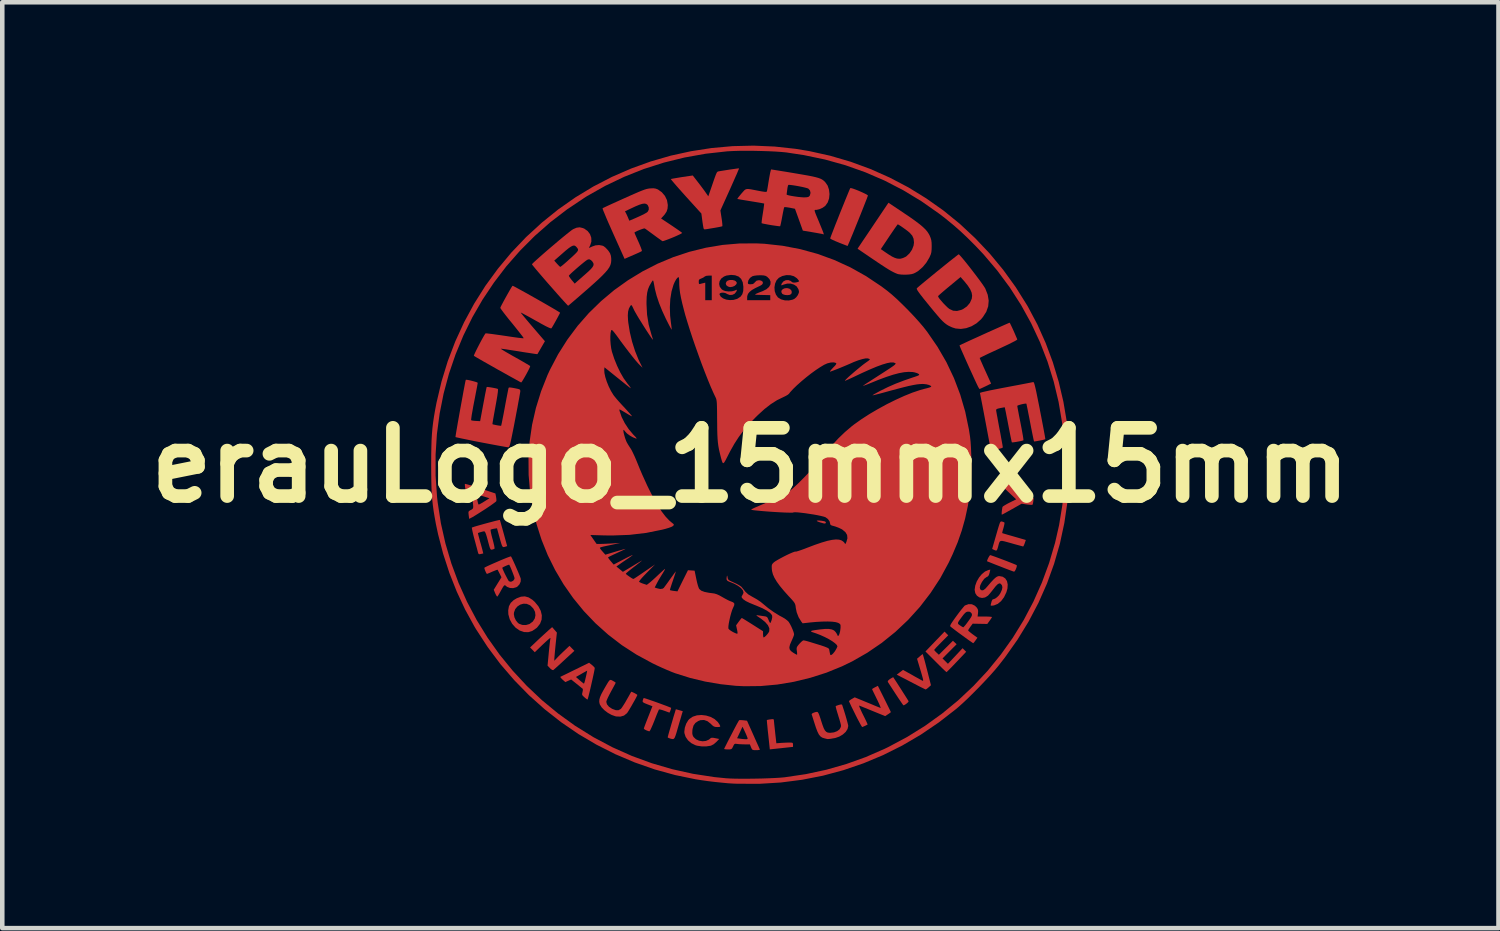
<source format=kicad_pcb>
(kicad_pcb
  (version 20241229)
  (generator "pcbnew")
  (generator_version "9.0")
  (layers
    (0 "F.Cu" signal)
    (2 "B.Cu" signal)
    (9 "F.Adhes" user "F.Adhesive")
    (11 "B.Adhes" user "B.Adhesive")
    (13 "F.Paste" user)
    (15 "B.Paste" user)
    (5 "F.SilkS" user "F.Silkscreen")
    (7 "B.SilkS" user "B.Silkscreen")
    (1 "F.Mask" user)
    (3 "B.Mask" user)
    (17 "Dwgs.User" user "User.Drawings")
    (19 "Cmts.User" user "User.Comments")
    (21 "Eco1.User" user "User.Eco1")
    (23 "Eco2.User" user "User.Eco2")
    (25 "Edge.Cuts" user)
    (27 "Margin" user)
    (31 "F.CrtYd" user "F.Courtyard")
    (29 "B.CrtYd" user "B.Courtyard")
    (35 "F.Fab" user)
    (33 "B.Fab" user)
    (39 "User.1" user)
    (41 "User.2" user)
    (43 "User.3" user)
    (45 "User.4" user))
  (footprint "erauLogo_15mmx15mm"
    (layer "F.Cu")
    (at 13.443 7.175)
    (property "Reference" "erauLogo_15mmx15mm" (at 0 0 0) (layer "F.SilkS") (effects (font (size 1.5 1.5) (thickness 0.3))))
    (attr board_only exclude_from_pos_files exclude_from_bom)
    (fp_poly (pts (xy 1.568 1.221) (xy 1.574 1.222) (xy 1.631 1.233) (xy 1.657 1.248) (xy 1.659 1.254) (xy 1.655 1.274) (xy 1.639 1.282) (xy 1.606 1.278) (xy 1.55 1.262) (xy 1.532 1.257) (xy 1.48 1.238) (xy 1.458 1.224) (xy 1.466 1.217) (xy 1.503 1.215)) (stroke (width 0) (type solid)) (fill yes) (layer "F.Cu"))
    (fp_poly (pts (xy 0.858 -3.88) (xy 0.86 -3.879) (xy 0.897 -3.848) (xy 0.911 -3.807) (xy 0.9 -3.767) (xy 0.896 -3.762) (xy 0.864 -3.744) (xy 0.815 -3.738) (xy 0.761 -3.742) (xy 0.716 -3.757) (xy 0.698 -3.77) (xy 0.68 -3.808) (xy 0.687 -3.843) (xy 0.714 -3.871) (xy 0.756 -3.889) (xy 0.806 -3.893)) (stroke (width 0) (type solid)) (fill yes) (layer "F.Cu"))
    (fp_poly (pts (xy -0.393 -4.071) (xy -0.343 -4.058) (xy -0.318 -4.041) (xy -0.299 -4.015) (xy -0.302 -3.992) (xy -0.314 -3.971) (xy -0.348 -3.941) (xy -0.39 -3.923) (xy -0.43 -3.916) (xy -0.455 -3.916) (xy -0.481 -3.924) (xy -0.494 -3.929) (xy -0.53 -3.957) (xy -0.541 -3.995) (xy -0.527 -4.033) (xy -0.499 -4.057) (xy -0.45 -4.071)) (stroke (width 0) (type solid)) (fill yes) (layer "F.Cu"))
    (fp_poly (pts (xy -1.623 5.368) (xy -1.586 5.378) (xy -1.561 5.385) (xy -1.486 5.407) (xy -1.509 5.481) (xy -1.521 5.524) (xy -1.54 5.589) (xy -1.564 5.669) (xy -1.589 5.756) (xy -1.599 5.79) (xy -1.625 5.882) (xy -1.646 5.946) (xy -1.663 5.988) (xy -1.681 6.012) (xy -1.701 6.02) (xy -1.727 6.017) (xy -1.763 6.008) (xy -1.766 6.007) (xy -1.801 5.994) (xy -1.817 5.981) (xy -1.818 5.98) (xy -1.813 5.962) (xy -1.802 5.92) (xy -1.785 5.859) (xy -1.763 5.785) (xy -1.74 5.704) (xy -1.715 5.62) (xy -1.692 5.539) (xy -1.67 5.468) (xy -1.653 5.412) (xy -1.642 5.375) (xy -1.638 5.365)) (stroke (width 0) (type solid)) (fill yes) (layer "F.Cu"))
    (fp_poly (pts (xy 3.156 4.684) (xy 3.185 4.728) (xy 3.223 4.786) (xy 3.267 4.855) (xy 3.314 4.928) (xy 3.36 5.001) (xy 3.403 5.068) (xy 3.439 5.125) (xy 3.465 5.167) (xy 3.477 5.187) (xy 3.478 5.189) (xy 3.469 5.206) (xy 3.444 5.231) (xy 3.41 5.256) (xy 3.379 5.274) (xy 3.365 5.278) (xy 3.354 5.266) (xy 3.329 5.231) (xy 3.292 5.177) (xy 3.246 5.109) (xy 3.195 5.031) (xy 3.193 5.028) (xy 3.141 4.949) (xy 3.095 4.877) (xy 3.057 4.819) (xy 3.03 4.778) (xy 3.019 4.759) (xy 3.024 4.738) (xy 3.055 4.709) (xy 3.072 4.697) (xy 3.11 4.674) (xy 3.135 4.661) (xy 3.141 4.661)) (stroke (width 0) (type solid)) (fill yes) (layer "F.Cu"))
    (fp_poly (pts (xy 5.292 1.982) (xy 5.336 1.997) (xy 5.398 2.019) (xy 5.473 2.047) (xy 5.553 2.077) (xy 5.635 2.108) (xy 5.711 2.138) (xy 5.777 2.164) (xy 5.825 2.184) (xy 5.851 2.196) (xy 5.854 2.197) (xy 5.856 2.218) (xy 5.847 2.254) (xy 5.831 2.294) (xy 5.813 2.326) (xy 5.797 2.34) (xy 5.796 2.34) (xy 5.776 2.334) (xy 5.732 2.318) (xy 5.668 2.294) (xy 5.589 2.264) (xy 5.5 2.229) (xy 5.493 2.226) (xy 5.404 2.192) (xy 5.326 2.161) (xy 5.264 2.136) (xy 5.221 2.119) (xy 5.203 2.112) (xy 5.203 2.112) (xy 5.204 2.095) (xy 5.216 2.063) (xy 5.235 2.025) (xy 5.254 1.993) (xy 5.269 1.977) (xy 5.271 1.976)) (stroke (width 0) (type solid)) (fill yes) (layer "F.Cu"))
    (fp_poly (pts (xy 0.509 5.584) (xy 0.516 5.599) (xy 0.517 5.614) (xy 0.52 5.643) (xy 0.525 5.696) (xy 0.533 5.768) (xy 0.542 5.851) (xy 0.545 5.882) (xy 0.571 6.112) (xy 0.667 6.104) (xy 0.738 6.1) (xy 0.814 6.097) (xy 0.849 6.096) (xy 0.899 6.097) (xy 0.925 6.102) (xy 0.935 6.116) (xy 0.937 6.143) (xy 0.937 6.144) (xy 0.937 6.191) (xy 0.762 6.21) (xy 0.681 6.219) (xy 0.603 6.227) (xy 0.538 6.234) (xy 0.507 6.237) (xy 0.427 6.246) (xy 0.393 5.926) (xy 0.382 5.829) (xy 0.374 5.743) (xy 0.367 5.674) (xy 0.363 5.625) (xy 0.362 5.602) (xy 0.363 5.601) (xy 0.38 5.596) (xy 0.418 5.589) (xy 0.442 5.586) (xy 0.487 5.581)) (stroke (width 0) (type solid)) (fill yes) (layer "F.Cu"))
    (fp_poly (pts (xy 4.308 3.698) (xy 4.349 3.739) (xy 4.195 3.894) (xy 4.139 3.951) (xy 4.091 4) (xy 4.058 4.038) (xy 4.041 4.058) (xy 4.04 4.061) (xy 4.051 4.077) (xy 4.078 4.106) (xy 4.092 4.119) (xy 4.143 4.166) (xy 4.298 4.012) (xy 4.452 3.859) (xy 4.493 3.897) (xy 4.533 3.935) (xy 4.378 4.091) (xy 4.223 4.247) (xy 4.283 4.306) (xy 4.342 4.365) (xy 4.503 4.194) (xy 4.664 4.022) (xy 4.704 4.062) (xy 4.743 4.101) (xy 4.531 4.325) (xy 4.465 4.394) (xy 4.407 4.454) (xy 4.359 4.502) (xy 4.326 4.535) (xy 4.311 4.548) (xy 4.31 4.548) (xy 4.297 4.537) (xy 4.265 4.508) (xy 4.217 4.462) (xy 4.158 4.404) (xy 4.09 4.336) (xy 4.075 4.321) (xy 3.848 4.094) (xy 4.058 3.875) (xy 4.268 3.657)) (stroke (width 0) (type solid)) (fill yes) (layer "F.Cu"))
    (fp_poly (pts (xy 3.793 4.166) (xy 3.805 4.207) (xy 3.823 4.27) (xy 3.845 4.351) (xy 3.869 4.445) (xy 3.882 4.494) (xy 3.969 4.836) (xy 3.917 4.883) (xy 3.883 4.911) (xy 3.858 4.927) (xy 3.853 4.929) (xy 3.836 4.922) (xy 3.796 4.902) (xy 3.736 4.873) (xy 3.663 4.835) (xy 3.588 4.796) (xy 3.501 4.751) (xy 3.421 4.709) (xy 3.352 4.674) (xy 3.3 4.647) (xy 3.276 4.634) (xy 3.217 4.604) (xy 3.286 4.551) (xy 3.355 4.499) (xy 3.551 4.608) (xy 3.624 4.65) (xy 3.69 4.686) (xy 3.742 4.715) (xy 3.775 4.733) (xy 3.78 4.735) (xy 3.791 4.74) (xy 3.797 4.735) (xy 3.797 4.717) (xy 3.789 4.682) (xy 3.774 4.627) (xy 3.751 4.546) (xy 3.738 4.504) (xy 3.663 4.254) (xy 3.721 4.204) (xy 3.756 4.174) (xy 3.78 4.155) (xy 3.786 4.152)) (stroke (width 0) (type solid)) (fill yes) (layer "F.Cu"))
    (fp_poly (pts (xy 5.64 0.352) (xy 5.673 0.381) (xy 5.719 0.426) (xy 5.775 0.481) (xy 5.809 0.515) (xy 5.879 0.584) (xy 5.931 0.632) (xy 5.97 0.665) (xy 6.002 0.685) (xy 6.029 0.695) (xy 6.043 0.698) (xy 6.103 0.706) (xy 6.164 0.715) (xy 6.166 0.715) (xy 6.228 0.725) (xy 6.219 0.791) (xy 6.212 0.835) (xy 6.204 0.864) (xy 6.201 0.868) (xy 6.182 0.872) (xy 6.14 0.87) (xy 6.084 0.864) (xy 6.077 0.863) (xy 5.963 0.846) (xy 5.749 0.967) (xy 5.675 1.008) (xy 5.611 1.044) (xy 5.562 1.07) (xy 5.532 1.085) (xy 5.526 1.087) (xy 5.523 1.073) (xy 5.524 1.037) (xy 5.526 1.012) (xy 5.533 0.963) (xy 5.539 0.927) (xy 5.541 0.917) (xy 5.557 0.902) (xy 5.595 0.878) (xy 5.649 0.847) (xy 5.694 0.824) (xy 5.842 0.75) (xy 5.719 0.634) (xy 5.595 0.518) (xy 5.606 0.43) (xy 5.613 0.382) (xy 5.621 0.349) (xy 5.626 0.341)) (stroke (width 0) (type solid)) (fill yes) (layer "F.Cu"))
    (fp_poly (pts (xy 2.215 -6.09) (xy 2.256 -6.079) (xy 2.311 -6.059) (xy 2.375 -6.034) (xy 2.439 -6.006) (xy 2.499 -5.978) (xy 2.547 -5.954) (xy 2.577 -5.935) (xy 2.583 -5.926) (xy 2.575 -5.903) (xy 2.558 -5.856) (xy 2.531 -5.788) (xy 2.498 -5.704) (xy 2.46 -5.607) (xy 2.418 -5.502) (xy 2.374 -5.393) (xy 2.329 -5.282) (xy 2.286 -5.175) (xy 2.245 -5.075) (xy 2.208 -4.987) (xy 2.178 -4.913) (xy 2.154 -4.858) (xy 2.14 -4.826) (xy 2.136 -4.819) (xy 2.119 -4.825) (xy 2.078 -4.841) (xy 2.019 -4.864) (xy 1.949 -4.891) (xy 1.941 -4.895) (xy 1.87 -4.924) (xy 1.812 -4.95) (xy 1.771 -4.971) (xy 1.754 -4.984) (xy 1.754 -4.985) (xy 1.76 -5.003) (xy 1.776 -5.047) (xy 1.801 -5.112) (xy 1.833 -5.194) (xy 1.87 -5.29) (xy 1.912 -5.394) (xy 1.955 -5.504) (xy 2 -5.616) (xy 2.044 -5.724) (xy 2.085 -5.826) (xy 2.122 -5.916) (xy 2.153 -5.992) (xy 2.177 -6.049) (xy 2.192 -6.083) (xy 2.196 -6.091)) (stroke (width 0) (type solid)) (fill yes) (layer "F.Cu"))
    (fp_poly (pts (xy -4.874 2.906) (xy -4.79 2.959) (xy -4.738 3.006) (xy -4.659 3.102) (xy -4.607 3.201) (xy -4.584 3.3) (xy -4.589 3.395) (xy -4.623 3.485) (xy -4.686 3.565) (xy -4.705 3.582) (xy -4.793 3.642) (xy -4.883 3.67) (xy -4.976 3.667) (xy -5.07 3.634) (xy -5.161 3.571) (xy -5.236 3.486) (xy -5.29 3.386) (xy -5.32 3.277) (xy -5.32 3.275) (xy -5.199 3.275) (xy -5.186 3.343) (xy -5.154 3.411) (xy -5.108 3.467) (xy -5.083 3.485) (xy -5.013 3.511) (xy -4.933 3.513) (xy -4.857 3.491) (xy -4.85 3.487) (xy -4.782 3.436) (xy -4.74 3.371) (xy -4.724 3.299) (xy -4.733 3.224) (xy -4.769 3.153) (xy -4.83 3.089) (xy -4.849 3.076) (xy -4.917 3.047) (xy -4.99 3.044) (xy -5.06 3.065) (xy -5.122 3.106) (xy -5.169 3.164) (xy -5.195 3.235) (xy -5.199 3.275) (xy -5.32 3.275) (xy -5.323 3.191) (xy -5.307 3.1) (xy -5.268 3.027) (xy -5.204 2.966) (xy -5.136 2.925) (xy -5.043 2.89) (xy -4.957 2.883)) (stroke (width 0) (type solid)) (fill yes) (layer "F.Cu"))
    (fp_poly (pts (xy -4.305 3.619) (xy -4.253 3.679) (xy -4.281 3.943) (xy -4.29 4.035) (xy -4.298 4.118) (xy -4.304 4.188) (xy -4.308 4.236) (xy -4.309 4.253) (xy -4.31 4.299) (xy -4.258 4.244) (xy -4.224 4.208) (xy -4.174 4.158) (xy -4.118 4.104) (xy -4.091 4.079) (xy -3.976 3.97) (xy -3.922 4.025) (xy -3.868 4.08) (xy -4.092 4.286) (xy -4.162 4.351) (xy -4.226 4.409) (xy -4.278 4.456) (xy -4.315 4.489) (xy -4.333 4.504) (xy -4.334 4.504) (xy -4.356 4.5) (xy -4.39 4.476) (xy -4.405 4.461) (xy -4.458 4.406) (xy -4.431 4.119) (xy -4.422 4.025) (xy -4.413 3.941) (xy -4.405 3.873) (xy -4.398 3.825) (xy -4.394 3.805) (xy -4.396 3.797) (xy -4.412 3.806) (xy -4.445 3.833) (xy -4.496 3.879) (xy -4.567 3.945) (xy -4.624 4) (xy -4.739 4.111) (xy -4.79 4.058) (xy -4.842 4.006) (xy -4.683 3.855) (xy -4.616 3.792) (xy -4.548 3.73) (xy -4.488 3.675) (xy -4.443 3.634) (xy -4.441 3.632) (xy -4.357 3.559)) (stroke (width 0) (type solid)) (fill yes) (layer "F.Cu"))
    (fp_poly (pts (xy 5.531 1.238) (xy 5.566 1.25) (xy 5.584 1.26) (xy 5.585 1.279) (xy 5.578 1.32) (xy 5.564 1.374) (xy 5.563 1.379) (xy 5.547 1.433) (xy 5.537 1.473) (xy 5.535 1.491) (xy 5.535 1.492) (xy 5.552 1.498) (xy 5.592 1.51) (xy 5.649 1.527) (xy 5.691 1.539) (xy 5.772 1.562) (xy 5.855 1.586) (xy 5.928 1.607) (xy 5.948 1.613) (xy 6.054 1.644) (xy 6.03 1.715) (xy 6.014 1.756) (xy 6 1.782) (xy 5.995 1.786) (xy 5.977 1.782) (xy 5.934 1.77) (xy 5.871 1.753) (xy 5.794 1.732) (xy 5.739 1.716) (xy 5.645 1.69) (xy 5.578 1.672) (xy 5.531 1.663) (xy 5.5 1.666) (xy 5.481 1.68) (xy 5.467 1.708) (xy 5.455 1.751) (xy 5.445 1.79) (xy 5.429 1.843) (xy 5.416 1.87) (xy 5.399 1.877) (xy 5.371 1.868) (xy 5.356 1.861) (xy 5.314 1.841) (xy 5.402 1.535) (xy 5.432 1.431) (xy 5.455 1.354) (xy 5.472 1.3) (xy 5.485 1.264) (xy 5.497 1.245) (xy 5.508 1.236) (xy 5.52 1.236)) (stroke (width 0) (type solid)) (fill yes) (layer "F.Cu"))
    (fp_poly (pts (xy -2.328 5.121) (xy -2.288 5.133) (xy -2.229 5.153) (xy -2.156 5.178) (xy -2.076 5.206) (xy -1.994 5.236) (xy -1.915 5.265) (xy -1.845 5.291) (xy -1.789 5.313) (xy -1.752 5.328) (xy -1.742 5.334) (xy -1.744 5.349) (xy -1.753 5.38) (xy -1.766 5.413) (xy -1.776 5.435) (xy -1.779 5.437) (xy -1.796 5.432) (xy -1.834 5.418) (xy -1.886 5.399) (xy -1.892 5.397) (xy -1.945 5.379) (xy -1.987 5.369) (xy -2.008 5.369) (xy -2.009 5.369) (xy -2.018 5.388) (xy -2.036 5.43) (xy -2.062 5.492) (xy -2.091 5.567) (xy -2.11 5.616) (xy -2.142 5.695) (xy -2.172 5.763) (xy -2.196 5.815) (xy -2.214 5.844) (xy -2.22 5.849) (xy -2.246 5.843) (xy -2.285 5.828) (xy -2.29 5.826) (xy -2.324 5.808) (xy -2.341 5.792) (xy -2.342 5.79) (xy -2.336 5.769) (xy -2.318 5.719) (xy -2.289 5.643) (xy -2.249 5.541) (xy -2.199 5.414) (xy -2.186 5.38) (xy -2.153 5.298) (xy -2.264 5.255) (xy -2.321 5.232) (xy -2.353 5.215) (xy -2.367 5.2) (xy -2.368 5.181) (xy -2.365 5.169) (xy -2.354 5.135) (xy -2.344 5.117)) (stroke (width 0) (type solid)) (fill yes) (layer "F.Cu"))
    (fp_poly (pts (xy -0.974 5.502) (xy -0.875 5.532) (xy -0.787 5.58) (xy -0.716 5.644) (xy -0.677 5.702) (xy -0.663 5.733) (xy -0.666 5.748) (xy -0.691 5.754) (xy -0.731 5.755) (xy -0.774 5.752) (xy -0.807 5.74) (xy -0.841 5.714) (xy -0.869 5.685) (xy -0.942 5.627) (xy -1.018 5.6) (xy -1.097 5.604) (xy -1.145 5.622) (xy -1.209 5.665) (xy -1.25 5.722) (xy -1.271 5.798) (xy -1.275 5.833) (xy -1.277 5.892) (xy -1.27 5.933) (xy -1.253 5.968) (xy -1.248 5.975) (xy -1.196 6.024) (xy -1.127 6.055) (xy -1.051 6.068) (xy -0.977 6.06) (xy -0.913 6.032) (xy -0.899 6.021) (xy -0.873 5.999) (xy -0.848 5.99) (xy -0.813 5.992) (xy -0.771 6) (xy -0.685 6.017) (xy -0.747 6.082) (xy -0.806 6.133) (xy -0.866 6.164) (xy -0.873 6.166) (xy -0.966 6.18) (xy -1.071 6.18) (xy -1.172 6.165) (xy -1.211 6.153) (xy -1.299 6.109) (xy -1.371 6.047) (xy -1.423 5.972) (xy -1.45 5.889) (xy -1.452 5.857) (xy -1.441 5.769) (xy -1.411 5.681) (xy -1.366 5.606) (xy -1.341 5.578) (xy -1.266 5.527) (xy -1.175 5.498) (xy -1.076 5.49)) (stroke (width 0) (type solid)) (fill yes) (layer "F.Cu"))
    (fp_poly (pts (xy -0.183 5.604) (xy -0.154 5.606) (xy -0.074 5.616) (xy 0.065 5.927) (xy 0.106 6.02) (xy 0.143 6.102) (xy 0.174 6.171) (xy 0.196 6.221) (xy 0.208 6.248) (xy 0.21 6.251) (xy 0.199 6.257) (xy 0.165 6.262) (xy 0.128 6.263) (xy 0.077 6.262) (xy 0.048 6.255) (xy 0.031 6.237) (xy 0.016 6.203) (xy 0.014 6.199) (xy -0.011 6.136) (xy -0.125 6.136) (xy -0.191 6.134) (xy -0.253 6.131) (xy -0.295 6.126) (xy -0.33 6.122) (xy -0.352 6.131) (xy -0.37 6.159) (xy -0.38 6.182) (xy -0.399 6.219) (xy -0.417 6.238) (xy -0.446 6.246) (xy -0.496 6.247) (xy -0.496 6.247) (xy -0.542 6.245) (xy -0.571 6.24) (xy -0.577 6.235) (xy -0.56 6.199) (xy -0.532 6.144) (xy -0.497 6.074) (xy -0.459 6.001) (xy -0.292 6.001) (xy -0.233 6.01) (xy -0.174 6.018) (xy -0.115 6.022) (xy -0.114 6.022) (xy -0.075 6.022) (xy -0.061 6.014) (xy -0.063 5.993) (xy -0.065 5.989) (xy -0.077 5.957) (xy -0.098 5.907) (xy -0.124 5.85) (xy -0.173 5.747) (xy -0.232 5.874) (xy -0.292 6.001) (xy -0.459 6.001) (xy -0.457 5.996) (xy -0.414 5.914) (xy -0.372 5.832) (xy -0.332 5.756) (xy -0.297 5.69) (xy -0.269 5.641) (xy -0.252 5.611) (xy -0.248 5.605) (xy -0.226 5.602)) (stroke (width 0) (type solid)) (fill yes) (layer "F.Cu"))
    (fp_poly (pts (xy 5.71 -3.113) (xy 5.73 -3.072) (xy 5.756 -3.017) (xy 5.785 -2.954) (xy 5.813 -2.89) (xy 5.838 -2.832) (xy 5.857 -2.788) (xy 5.866 -2.764) (xy 5.866 -2.762) (xy 5.852 -2.751) (xy 5.813 -2.728) (xy 5.752 -2.697) (xy 5.673 -2.657) (xy 5.579 -2.613) (xy 5.475 -2.564) (xy 5.453 -2.554) (xy 5.347 -2.505) (xy 5.251 -2.461) (xy 5.169 -2.422) (xy 5.104 -2.39) (xy 5.06 -2.368) (xy 5.041 -2.357) (xy 5.04 -2.356) (xy 5.047 -2.339) (xy 5.064 -2.298) (xy 5.091 -2.238) (xy 5.124 -2.162) (xy 5.163 -2.076) (xy 5.166 -2.07) (xy 5.291 -1.794) (xy 5.17 -1.735) (xy 5.113 -1.708) (xy 5.068 -1.687) (xy 5.041 -1.676) (xy 5.038 -1.675) (xy 5.026 -1.688) (xy 5.006 -1.723) (xy 4.982 -1.772) (xy 4.981 -1.774) (xy 4.923 -1.898) (xy 4.866 -2.023) (xy 4.81 -2.145) (xy 4.758 -2.261) (xy 4.711 -2.366) (xy 4.67 -2.459) (xy 4.636 -2.536) (xy 4.612 -2.592) (xy 4.599 -2.626) (xy 4.597 -2.634) (xy 4.613 -2.642) (xy 4.654 -2.662) (xy 4.717 -2.691) (xy 4.796 -2.728) (xy 4.888 -2.77) (xy 4.99 -2.816) (xy 5.097 -2.865) (xy 5.207 -2.915) (xy 5.314 -2.963) (xy 5.415 -3.008) (xy 5.507 -3.049) (xy 5.585 -3.084) (xy 5.645 -3.11) (xy 5.685 -3.127) (xy 5.699 -3.132)) (stroke (width 0) (type solid)) (fill yes) (layer "F.Cu"))
    (fp_poly (pts (xy -3.483 4.391) (xy -3.447 4.423) (xy -3.424 4.449) (xy -3.421 4.458) (xy -3.424 4.483) (xy -3.433 4.531) (xy -3.447 4.598) (xy -3.464 4.677) (xy -3.484 4.765) (xy -3.504 4.854) (xy -3.524 4.941) (xy -3.543 5.019) (xy -3.559 5.084) (xy -3.572 5.13) (xy -3.579 5.151) (xy -3.58 5.151) (xy -3.597 5.142) (xy -3.629 5.117) (xy -3.649 5.1) (xy -3.684 5.067) (xy -3.698 5.043) (xy -3.697 5.016) (xy -3.69 4.987) (xy -3.682 4.945) (xy -3.683 4.918) (xy -3.686 4.914) (xy -3.703 4.9) (xy -3.739 4.871) (xy -3.788 4.831) (xy -3.819 4.806) (xy -3.939 4.71) (xy -4.003 4.738) (xy -4.067 4.767) (xy -4.129 4.712) (xy -4.161 4.68) (xy -4.176 4.658) (xy -4.176 4.655) (xy -3.834 4.655) (xy -3.751 4.728) (xy -3.708 4.764) (xy -3.675 4.79) (xy -3.658 4.801) (xy -3.658 4.801) (xy -3.651 4.787) (xy -3.639 4.749) (xy -3.625 4.693) (xy -3.617 4.659) (xy -3.603 4.597) (xy -3.593 4.549) (xy -3.588 4.521) (xy -3.588 4.516) (xy -3.603 4.524) (xy -3.638 4.543) (xy -3.688 4.571) (xy -3.713 4.586) (xy -3.834 4.655) (xy -4.176 4.655) (xy -4.175 4.65) (xy -4.157 4.642) (xy -4.114 4.621) (xy -4.052 4.591) (xy -3.974 4.553) (xy -3.886 4.509) (xy -3.852 4.493) (xy -3.545 4.342)) (stroke (width 0) (type solid)) (fill yes) (layer "F.Cu"))
    (fp_poly (pts (xy -6.257 0.413) (xy -6.214 0.424) (xy -6.15 0.442) (xy -6.07 0.467) (xy -5.977 0.497) (xy -5.934 0.511) (xy -5.604 0.621) (xy -5.59 0.694) (xy -5.583 0.742) (xy -5.582 0.78) (xy -5.584 0.789) (xy -5.599 0.805) (xy -5.636 0.833) (xy -5.689 0.871) (xy -5.754 0.916) (xy -5.827 0.965) (xy -5.904 1.014) (xy -5.979 1.062) (xy -6.048 1.105) (xy -6.108 1.141) (xy -6.153 1.165) (xy -6.179 1.177) (xy -6.183 1.176) (xy -6.185 1.148) (xy -6.191 1.103) (xy -6.193 1.085) (xy -6.197 1.041) (xy -6.191 1.015) (xy -6.167 0.996) (xy -6.145 0.984) (xy -6.12 0.97) (xy -6.103 0.956) (xy -6.094 0.936) (xy -6.092 0.905) (xy -6.096 0.856) (xy -6.104 0.784) (xy -6.109 0.747) (xy -6.119 0.671) (xy -6.01 0.671) (xy -6.008 0.711) (xy -6.002 0.76) (xy -5.993 0.808) (xy -5.983 0.847) (xy -5.973 0.864) (xy -5.972 0.865) (xy -5.95 0.857) (xy -5.91 0.835) (xy -5.859 0.804) (xy -5.844 0.795) (xy -5.735 0.726) (xy -5.867 0.685) (xy -5.927 0.668) (xy -5.975 0.655) (xy -6.002 0.65) (xy -6.006 0.651) (xy -6.01 0.671) (xy -6.119 0.671) (xy -6.128 0.604) (xy -6.191 0.586) (xy -6.23 0.573) (xy -6.252 0.554) (xy -6.263 0.52) (xy -6.269 0.494) (xy -6.275 0.448) (xy -6.276 0.417) (xy -6.273 0.41)) (stroke (width 0) (type solid)) (fill yes) (layer "F.Cu"))
    (fp_poly (pts (xy -0.254 -6.509) (xy -0.271 -6.469) (xy -0.297 -6.406) (xy -0.333 -6.326) (xy -0.375 -6.23) (xy -0.423 -6.122) (xy -0.451 -6.059) (xy -0.659 -5.599) (xy -0.633 -5.431) (xy -0.623 -5.361) (xy -0.617 -5.303) (xy -0.615 -5.265) (xy -0.617 -5.252) (xy -0.634 -5.247) (xy -0.675 -5.238) (xy -0.733 -5.227) (xy -0.8 -5.215) (xy -0.869 -5.204) (xy -0.932 -5.193) (xy -0.981 -5.186) (xy -1.01 -5.183) (xy -1.01 -5.183) (xy -1.024 -5.196) (xy -1.029 -5.205) (xy -1.034 -5.229) (xy -1.042 -5.277) (xy -1.052 -5.34) (xy -1.057 -5.379) (xy -1.077 -5.531) (xy -1.417 -5.906) (xy -1.499 -5.998) (xy -1.574 -6.082) (xy -1.638 -6.155) (xy -1.69 -6.216) (xy -1.727 -6.26) (xy -1.747 -6.285) (xy -1.749 -6.289) (xy -1.731 -6.294) (xy -1.688 -6.302) (xy -1.625 -6.313) (xy -1.547 -6.326) (xy -1.504 -6.333) (xy -1.266 -6.368) (xy -1.149 -6.217) (xy -1.097 -6.149) (xy -1.046 -6.081) (xy -1.003 -6.022) (xy -0.979 -5.988) (xy -0.925 -5.91) (xy -0.849 -6.13) (xy -0.813 -6.236) (xy -0.785 -6.316) (xy -0.764 -6.373) (xy -0.748 -6.412) (xy -0.735 -6.437) (xy -0.723 -6.45) (xy -0.71 -6.456) (xy -0.695 -6.459) (xy -0.685 -6.461) (xy -0.606 -6.474) (xy -0.523 -6.487) (xy -0.441 -6.5) (xy -0.367 -6.51) (xy -0.306 -6.519) (xy -0.265 -6.524) (xy -0.249 -6.524)) (stroke (width 0) (type solid)) (fill yes) (layer "F.Cu"))
    (fp_poly (pts (xy 2.945 5.135) (xy 2.988 5.222) (xy 3.026 5.299) (xy 3.057 5.362) (xy 3.078 5.405) (xy 3.087 5.426) (xy 3.088 5.427) (xy 3.076 5.438) (xy 3.045 5.461) (xy 3.025 5.474) (xy 2.963 5.515) (xy 2.688 5.403) (xy 2.6 5.367) (xy 2.521 5.335) (xy 2.457 5.309) (xy 2.412 5.291) (xy 2.392 5.283) (xy 2.391 5.293) (xy 2.403 5.327) (xy 2.426 5.379) (xy 2.457 5.446) (xy 2.476 5.484) (xy 2.513 5.558) (xy 2.543 5.621) (xy 2.565 5.669) (xy 2.576 5.695) (xy 2.577 5.699) (xy 2.556 5.711) (xy 2.52 5.729) (xy 2.484 5.745) (xy 2.46 5.754) (xy 2.457 5.755) (xy 2.447 5.741) (xy 2.424 5.703) (xy 2.393 5.646) (xy 2.354 5.573) (xy 2.311 5.488) (xy 2.306 5.477) (xy 2.263 5.39) (xy 2.225 5.314) (xy 2.196 5.251) (xy 2.175 5.207) (xy 2.167 5.187) (xy 2.167 5.186) (xy 2.18 5.171) (xy 2.211 5.149) (xy 2.23 5.138) (xy 2.293 5.102) (xy 2.567 5.215) (xy 2.655 5.251) (xy 2.733 5.284) (xy 2.797 5.31) (xy 2.842 5.328) (xy 2.862 5.337) (xy 2.862 5.327) (xy 2.85 5.293) (xy 2.827 5.24) (xy 2.796 5.173) (xy 2.778 5.137) (xy 2.742 5.063) (xy 2.711 5) (xy 2.688 4.952) (xy 2.676 4.925) (xy 2.675 4.921) (xy 2.688 4.91) (xy 2.72 4.891) (xy 2.738 4.882) (xy 2.802 4.849)) (stroke (width 0) (type solid)) (fill yes) (layer "F.Cu"))
    (fp_poly (pts (xy -3.055 4.723) (xy -3.031 4.735) (xy -3.023 4.739) (xy -2.985 4.761) (xy -2.963 4.777) (xy -2.961 4.781) (xy -2.968 4.798) (xy -2.988 4.836) (xy -3.018 4.892) (xy -3.055 4.959) (xy -3.064 4.976) (xy -3.102 5.048) (xy -3.134 5.113) (xy -3.157 5.166) (xy -3.167 5.199) (xy -3.167 5.202) (xy -3.152 5.256) (xy -3.109 5.308) (xy -3.042 5.353) (xy -3.035 5.356) (xy -2.96 5.384) (xy -2.9 5.385) (xy -2.852 5.36) (xy -2.845 5.354) (xy -2.823 5.326) (xy -2.791 5.277) (xy -2.752 5.215) (xy -2.716 5.151) (xy -2.679 5.087) (xy -2.649 5.033) (xy -2.628 4.995) (xy -2.619 4.98) (xy -2.618 4.98) (xy -2.603 4.983) (xy -2.572 4.997) (xy -2.534 5.016) (xy -2.502 5.035) (xy -2.485 5.048) (xy -2.484 5.05) (xy -2.492 5.069) (xy -2.512 5.11) (xy -2.542 5.165) (xy -2.578 5.228) (xy -2.615 5.294) (xy -2.652 5.356) (xy -2.683 5.407) (xy -2.706 5.442) (xy -2.713 5.451) (xy -2.778 5.503) (xy -2.857 5.526) (xy -2.95 5.522) (xy -2.971 5.517) (xy -3.052 5.488) (xy -3.134 5.442) (xy -3.209 5.385) (xy -3.269 5.323) (xy -3.307 5.261) (xy -3.312 5.25) (xy -3.322 5.203) (xy -3.32 5.154) (xy -3.305 5.098) (xy -3.275 5.029) (xy -3.228 4.942) (xy -3.213 4.916) (xy -3.167 4.836) (xy -3.133 4.779) (xy -3.109 4.743) (xy -3.09 4.724) (xy -3.073 4.718)) (stroke (width 0) (type solid)) (fill yes) (layer "F.Cu"))
    (fp_poly (pts (xy 2.012 5.261) (xy 2.017 5.268) (xy 2.039 5.335) (xy 2.064 5.413) (xy 2.089 5.494) (xy 2.112 5.574) (xy 2.131 5.643) (xy 2.145 5.698) (xy 2.151 5.729) (xy 2.151 5.732) (xy 2.136 5.798) (xy 2.095 5.862) (xy 2.032 5.919) (xy 1.954 5.965) (xy 1.865 5.996) (xy 1.841 6) (xy 1.772 6.012) (xy 1.727 6.018) (xy 1.701 6.019) (xy 1.685 6.018) (xy 1.683 6.017) (xy 1.656 6.01) (xy 1.624 6.002) (xy 1.578 5.987) (xy 1.539 5.96) (xy 1.505 5.918) (xy 1.474 5.856) (xy 1.441 5.77) (xy 1.419 5.702) (xy 1.394 5.624) (xy 1.373 5.557) (xy 1.357 5.506) (xy 1.347 5.478) (xy 1.346 5.475) (xy 1.355 5.459) (xy 1.385 5.442) (xy 1.425 5.428) (xy 1.465 5.421) (xy 1.468 5.421) (xy 1.482 5.429) (xy 1.499 5.455) (xy 1.518 5.503) (xy 1.543 5.577) (xy 1.553 5.61) (xy 1.585 5.708) (xy 1.612 5.78) (xy 1.638 5.829) (xy 1.666 5.859) (xy 1.698 5.876) (xy 1.739 5.881) (xy 1.756 5.882) (xy 1.838 5.872) (xy 1.908 5.845) (xy 1.96 5.805) (xy 1.988 5.754) (xy 1.992 5.726) (xy 1.988 5.7) (xy 1.975 5.65) (xy 1.956 5.584) (xy 1.932 5.508) (xy 1.93 5.499) (xy 1.907 5.425) (xy 1.889 5.363) (xy 1.878 5.318) (xy 1.875 5.296) (xy 1.875 5.295) (xy 1.894 5.286) (xy 1.932 5.273) (xy 1.947 5.268) (xy 1.99 5.258)) (stroke (width 0) (type solid)) (fill yes) (layer "F.Cu"))
    (fp_poly (pts (xy 5.257 2.367) (xy 5.242 2.415) (xy 5.22 2.444) (xy 5.189 2.46) (xy 5.14 2.496) (xy 5.093 2.561) (xy 5.089 2.567) (xy 5.054 2.636) (xy 5.042 2.687) (xy 5.05 2.724) (xy 5.059 2.735) (xy 5.088 2.752) (xy 5.122 2.746) (xy 5.163 2.715) (xy 5.21 2.663) (xy 5.281 2.58) (xy 5.337 2.519) (xy 5.38 2.478) (xy 5.416 2.452) (xy 5.446 2.44) (xy 5.471 2.437) (xy 5.546 2.451) (xy 5.602 2.489) (xy 5.64 2.547) (xy 5.656 2.622) (xy 5.65 2.711) (xy 5.627 2.792) (xy 5.575 2.901) (xy 5.511 2.987) (xy 5.437 3.048) (xy 5.356 3.081) (xy 5.339 3.084) (xy 5.299 3.088) (xy 5.282 3.083) (xy 5.283 3.066) (xy 5.284 3.062) (xy 5.294 3.024) (xy 5.303 2.988) (xy 5.321 2.953) (xy 5.342 2.945) (xy 5.378 2.933) (xy 5.422 2.901) (xy 5.464 2.859) (xy 5.495 2.813) (xy 5.528 2.739) (xy 5.539 2.683) (xy 5.529 2.64) (xy 5.524 2.632) (xy 5.499 2.604) (xy 5.471 2.597) (xy 5.438 2.614) (xy 5.396 2.655) (xy 5.345 2.719) (xy 5.301 2.775) (xy 5.261 2.824) (xy 5.231 2.858) (xy 5.221 2.868) (xy 5.158 2.907) (xy 5.092 2.918) (xy 5.03 2.904) (xy 4.979 2.868) (xy 4.943 2.812) (xy 4.929 2.739) (xy 4.929 2.738) (xy 4.942 2.648) (xy 4.975 2.556) (xy 5.026 2.468) (xy 5.088 2.393) (xy 5.158 2.336) (xy 5.231 2.304) (xy 5.233 2.304) (xy 5.274 2.294)) (stroke (width 0) (type solid)) (fill yes) (layer "F.Cu"))
    (fp_poly (pts (xy 4.868 3.056) (xy 4.934 3.088) (xy 4.976 3.129) (xy 4.998 3.165) (xy 5.006 3.203) (xy 5.003 3.25) (xy 4.994 3.326) (xy 5.152 3.326) (xy 5.219 3.327) (xy 5.271 3.33) (xy 5.303 3.334) (xy 5.31 3.338) (xy 5.301 3.356) (xy 5.278 3.391) (xy 5.258 3.419) (xy 5.207 3.489) (xy 5.046 3.486) (xy 4.886 3.483) (xy 4.836 3.55) (xy 4.808 3.591) (xy 4.79 3.621) (xy 4.786 3.631) (xy 4.798 3.646) (xy 4.83 3.673) (xy 4.876 3.709) (xy 4.888 3.718) (xy 4.99 3.792) (xy 4.948 3.852) (xy 4.921 3.888) (xy 4.902 3.909) (xy 4.897 3.912) (xy 4.883 3.903) (xy 4.847 3.878) (xy 4.793 3.841) (xy 4.727 3.793) (xy 4.653 3.739) (xy 4.576 3.683) (xy 4.508 3.632) (xy 4.452 3.589) (xy 4.413 3.559) (xy 4.396 3.545) (xy 4.391 3.533) (xy 4.397 3.512) (xy 4.415 3.479) (xy 4.426 3.463) (xy 4.563 3.463) (xy 4.564 3.483) (xy 4.578 3.5) (xy 4.605 3.519) (xy 4.608 3.521) (xy 4.646 3.546) (xy 4.673 3.561) (xy 4.679 3.563) (xy 4.693 3.551) (xy 4.721 3.52) (xy 4.757 3.474) (xy 4.775 3.449) (xy 4.823 3.383) (xy 4.853 3.336) (xy 4.868 3.304) (xy 4.87 3.279) (xy 4.862 3.257) (xy 4.855 3.247) (xy 4.825 3.222) (xy 4.781 3.218) (xy 4.751 3.225) (xy 4.722 3.245) (xy 4.687 3.283) (xy 4.654 3.326) (xy 4.607 3.39) (xy 4.577 3.433) (xy 4.563 3.463) (xy 4.426 3.463) (xy 4.447 3.431) (xy 4.495 3.363) (xy 4.533 3.311) (xy 4.587 3.238) (xy 4.636 3.175) (xy 4.677 3.125) (xy 4.705 3.092) (xy 4.716 3.083) (xy 4.794 3.054)) (stroke (width 0) (type solid)) (fill yes) (layer "F.Cu"))
    (fp_poly (pts (xy 3.383 -5.536) (xy 3.519 -5.444) (xy 3.63 -5.365) (xy 3.72 -5.297) (xy 3.791 -5.237) (xy 3.847 -5.183) (xy 3.89 -5.132) (xy 3.923 -5.081) (xy 3.942 -5.045) (xy 3.963 -4.993) (xy 3.976 -4.946) (xy 3.983 -4.892) (xy 3.985 -4.818) (xy 3.985 -4.81) (xy 3.983 -4.737) (xy 3.978 -4.684) (xy 3.967 -4.639) (xy 3.946 -4.59) (xy 3.932 -4.56) (xy 3.867 -4.451) (xy 3.785 -4.353) (xy 3.695 -4.274) (xy 3.641 -4.239) (xy 3.591 -4.214) (xy 3.544 -4.2) (xy 3.488 -4.192) (xy 3.421 -4.188) (xy 3.327 -4.189) (xy 3.256 -4.198) (xy 3.23 -4.205) (xy 3.184 -4.224) (xy 3.138 -4.246) (xy 3.086 -4.274) (xy 3.025 -4.31) (xy 2.952 -4.356) (xy 2.862 -4.415) (xy 2.752 -4.489) (xy 2.694 -4.528) (xy 2.368 -4.75) (xy 2.867 -4.75) (xy 2.95 -4.692) (xy 3.042 -4.63) (xy 3.114 -4.586) (xy 3.173 -4.558) (xy 3.223 -4.542) (xy 3.27 -4.538) (xy 3.301 -4.539) (xy 3.352 -4.553) (xy 3.409 -4.579) (xy 3.428 -4.591) (xy 3.498 -4.657) (xy 3.553 -4.738) (xy 3.587 -4.827) (xy 3.596 -4.894) (xy 3.587 -4.978) (xy 3.558 -5.045) (xy 3.503 -5.108) (xy 3.494 -5.116) (xy 3.458 -5.146) (xy 3.41 -5.182) (xy 3.358 -5.219) (xy 3.308 -5.254) (xy 3.267 -5.28) (xy 3.242 -5.294) (xy 3.24 -5.294) (xy 3.228 -5.282) (xy 3.203 -5.247) (xy 3.165 -5.193) (xy 3.118 -5.124) (xy 3.064 -5.045) (xy 3.049 -5.022) (xy 2.867 -4.75) (xy 2.368 -4.75) (xy 2.356 -4.758) (xy 2.383 -4.8) (xy 2.399 -4.823) (xy 2.429 -4.868) (xy 2.473 -4.934) (xy 2.528 -5.015) (xy 2.592 -5.11) (xy 2.662 -5.214) (xy 2.723 -5.305) (xy 3.035 -5.769)) (stroke (width 0) (type solid)) (fill yes) (layer "F.Cu"))
    (fp_poly (pts (xy -5.501 1.219) (xy -5.489 1.261) (xy -5.471 1.324) (xy -5.449 1.403) (xy -5.424 1.493) (xy -5.424 1.493) (xy -5.346 1.778) (xy -5.393 1.793) (xy -5.416 1.799) (xy -5.433 1.799) (xy -5.448 1.788) (xy -5.462 1.762) (xy -5.477 1.717) (xy -5.497 1.649) (xy -5.517 1.576) (xy -5.569 1.386) (xy -5.634 1.396) (xy -5.677 1.405) (xy -5.706 1.415) (xy -5.71 1.418) (xy -5.71 1.436) (xy -5.703 1.479) (xy -5.689 1.541) (xy -5.67 1.614) (xy -5.666 1.627) (xy -5.647 1.701) (xy -5.632 1.765) (xy -5.624 1.811) (xy -5.623 1.834) (xy -5.624 1.835) (xy -5.647 1.846) (xy -5.676 1.855) (xy -5.692 1.857) (xy -5.705 1.853) (xy -5.716 1.838) (xy -5.729 1.807) (xy -5.744 1.756) (xy -5.765 1.679) (xy -5.77 1.658) (xy -5.794 1.571) (xy -5.813 1.51) (xy -5.829 1.473) (xy -5.843 1.455) (xy -5.851 1.453) (xy -5.878 1.457) (xy -5.919 1.468) (xy -5.96 1.48) (xy -5.987 1.491) (xy -5.988 1.492) (xy -5.986 1.507) (xy -5.976 1.547) (xy -5.96 1.607) (xy -5.94 1.682) (xy -5.93 1.715) (xy -5.908 1.794) (xy -5.89 1.86) (xy -5.878 1.91) (xy -5.871 1.936) (xy -5.871 1.939) (xy -5.887 1.943) (xy -5.921 1.951) (xy -5.925 1.952) (xy -5.961 1.957) (xy -5.978 1.945) (xy -5.987 1.918) (xy -5.995 1.888) (xy -6.009 1.833) (xy -6.029 1.761) (xy -6.051 1.677) (xy -6.065 1.627) (xy -6.087 1.543) (xy -6.104 1.471) (xy -6.116 1.414) (xy -6.122 1.379) (xy -6.122 1.371) (xy -6.104 1.364) (xy -6.062 1.35) (xy -6.001 1.332) (xy -5.927 1.311) (xy -5.845 1.288) (xy -5.761 1.265) (xy -5.68 1.244) (xy -5.609 1.225) (xy -5.553 1.212) (xy -5.517 1.204) (xy -5.507 1.203)) (stroke (width 0) (type solid)) (fill yes) (layer "F.Cu"))
    (fp_poly (pts (xy 4.595 -4.623) (xy 4.626 -4.589) (xy 4.671 -4.537) (xy 4.725 -4.471) (xy 4.786 -4.395) (xy 4.851 -4.312) (xy 4.917 -4.226) (xy 4.981 -4.142) (xy 5.041 -4.062) (xy 5.092 -3.991) (xy 5.132 -3.933) (xy 5.159 -3.891) (xy 5.165 -3.879) (xy 5.217 -3.745) (xy 5.238 -3.616) (xy 5.227 -3.492) (xy 5.185 -3.372) (xy 5.111 -3.257) (xy 5.069 -3.206) (xy 4.971 -3.119) (xy 4.861 -3.054) (xy 4.744 -3.012) (xy 4.626 -2.995) (xy 4.511 -3.005) (xy 4.435 -3.029) (xy 4.389 -3.05) (xy 4.347 -3.071) (xy 4.308 -3.096) (xy 4.268 -3.127) (xy 4.224 -3.167) (xy 4.174 -3.219) (xy 4.116 -3.286) (xy 4.045 -3.37) (xy 3.959 -3.474) (xy 3.882 -3.569) (xy 3.803 -3.666) (xy 3.766 -3.715) (xy 4.125 -3.715) (xy 4.132 -3.695) (xy 4.157 -3.658) (xy 4.196 -3.612) (xy 4.241 -3.56) (xy 4.29 -3.51) (xy 4.335 -3.466) (xy 4.373 -3.435) (xy 4.377 -3.433) (xy 4.456 -3.396) (xy 4.542 -3.39) (xy 4.636 -3.414) (xy 4.674 -3.431) (xy 4.759 -3.49) (xy 4.825 -3.568) (xy 4.866 -3.66) (xy 4.866 -3.662) (xy 4.874 -3.726) (xy 4.863 -3.793) (xy 4.832 -3.866) (xy 4.777 -3.95) (xy 4.699 -4.047) (xy 4.673 -4.076) (xy 4.62 -4.136) (xy 4.375 -3.933) (xy 4.3 -3.871) (xy 4.233 -3.814) (xy 4.18 -3.768) (xy 4.142 -3.734) (xy 4.125 -3.716) (xy 4.125 -3.715) (xy 3.766 -3.715) (xy 3.743 -3.743) (xy 3.701 -3.8) (xy 3.673 -3.841) (xy 3.659 -3.869) (xy 3.656 -3.884) (xy 3.658 -3.888) (xy 3.676 -3.905) (xy 3.714 -3.938) (xy 3.77 -3.985) (xy 3.84 -4.043) (xy 3.921 -4.109) (xy 4.008 -4.181) (xy 4.1 -4.256) (xy 4.193 -4.331) (xy 4.282 -4.403) (xy 4.366 -4.471) (xy 4.441 -4.53) (xy 4.502 -4.578) (xy 4.548 -4.614) (xy 4.574 -4.633) (xy 4.579 -4.636)) (stroke (width 0) (type solid)) (fill yes) (layer "F.Cu"))
    (fp_poly (pts (xy -5.25 2.025) (xy -5.228 2.069) (xy -5.2 2.13) (xy -5.168 2.201) (xy -5.135 2.277) (xy -5.103 2.351) (xy -5.076 2.417) (xy -5.056 2.468) (xy -5.046 2.498) (xy -5.046 2.5) (xy -5.049 2.56) (xy -5.076 2.62) (xy -5.121 2.668) (xy -5.147 2.683) (xy -5.215 2.702) (xy -5.286 2.698) (xy -5.347 2.674) (xy -5.365 2.66) (xy -5.384 2.643) (xy -5.399 2.638) (xy -5.414 2.646) (xy -5.434 2.672) (xy -5.462 2.72) (xy -5.492 2.774) (xy -5.521 2.826) (xy -5.546 2.866) (xy -5.561 2.887) (xy -5.563 2.888) (xy -5.575 2.879) (xy -5.593 2.848) (xy -5.608 2.817) (xy -5.641 2.738) (xy -5.556 2.6) (xy -5.471 2.463) (xy -5.512 2.382) (xy -5.535 2.338) (xy -5.551 2.306) (xy -5.557 2.297) (xy -5.572 2.3) (xy -5.609 2.314) (xy -5.661 2.335) (xy -5.673 2.34) (xy -5.726 2.364) (xy -5.768 2.381) (xy -5.789 2.389) (xy -5.791 2.389) (xy -5.802 2.376) (xy -5.818 2.344) (xy -5.834 2.306) (xy -5.845 2.272) (xy -5.847 2.255) (xy -5.453 2.255) (xy -5.446 2.278) (xy -5.428 2.32) (xy -5.403 2.374) (xy -5.374 2.431) (xy -5.346 2.485) (xy -5.323 2.527) (xy -5.307 2.55) (xy -5.306 2.551) (xy -5.262 2.563) (xy -5.218 2.542) (xy -5.212 2.538) (xy -5.189 2.506) (xy -5.183 2.483) (xy -5.189 2.46) (xy -5.204 2.417) (xy -5.225 2.361) (xy -5.248 2.302) (xy -5.271 2.248) (xy -5.29 2.206) (xy -5.301 2.187) (xy -5.317 2.189) (xy -5.351 2.202) (xy -5.392 2.22) (xy -5.429 2.238) (xy -5.451 2.252) (xy -5.453 2.255) (xy -5.847 2.255) (xy -5.847 2.254) (xy -5.847 2.254) (xy -5.827 2.242) (xy -5.784 2.22) (xy -5.723 2.192) (xy -5.651 2.16) (xy -5.572 2.126) (xy -5.492 2.091) (xy -5.417 2.06) (xy -5.351 2.033) (xy -5.299 2.014) (xy -5.268 2.004) (xy -5.262 2.004)) (stroke (width 0) (type solid)) (fill yes) (layer "F.Cu"))
    (fp_poly (pts (xy -2.084 -6.08) (xy -2.04 -6.064) (xy -2.031 -6.06) (xy -1.946 -5.999) (xy -1.878 -5.919) (xy -1.833 -5.826) (xy -1.816 -5.726) (xy -1.815 -5.717) (xy -1.821 -5.638) (xy -1.842 -5.574) (xy -1.882 -5.513) (xy -1.905 -5.486) (xy -1.963 -5.423) (xy -1.731 -5.269) (xy -1.656 -5.218) (xy -1.592 -5.174) (xy -1.541 -5.138) (xy -1.509 -5.114) (xy -1.5 -5.105) (xy -1.514 -5.094) (xy -1.551 -5.074) (xy -1.605 -5.049) (xy -1.67 -5.02) (xy -1.74 -4.991) (xy -1.807 -4.965) (xy -1.866 -4.943) (xy -1.91 -4.928) (xy -1.933 -4.924) (xy -1.934 -4.924) (xy -1.953 -4.938) (xy -1.992 -4.966) (xy -2.047 -5.005) (xy -2.111 -5.052) (xy -2.127 -5.064) (xy -2.193 -5.112) (xy -2.25 -5.154) (xy -2.293 -5.185) (xy -2.318 -5.202) (xy -2.32 -5.204) (xy -2.341 -5.203) (xy -2.38 -5.191) (xy -2.429 -5.173) (xy -2.479 -5.152) (xy -2.521 -5.132) (xy -2.545 -5.117) (xy -2.548 -5.112) (xy -2.542 -5.095) (xy -2.525 -5.055) (xy -2.499 -4.997) (xy -2.468 -4.927) (xy -2.46 -4.91) (xy -2.429 -4.838) (xy -2.404 -4.777) (xy -2.389 -4.732) (xy -2.384 -4.709) (xy -2.385 -4.707) (xy -2.405 -4.696) (xy -2.445 -4.676) (xy -2.494 -4.654) (xy -2.562 -4.624) (xy -2.636 -4.592) (xy -2.678 -4.574) (xy -2.765 -4.535) (xy -3.012 -5.085) (xy -3.067 -5.209) (xy -3.118 -5.323) (xy -3.162 -5.425) (xy -3.198 -5.512) (xy -3.226 -5.579) (xy -3.227 -5.581) (xy -2.756 -5.581) (xy -2.733 -5.537) (xy -2.711 -5.492) (xy -2.688 -5.439) (xy -2.686 -5.433) (xy -2.661 -5.374) (xy -2.536 -5.427) (xy -2.469 -5.457) (xy -2.404 -5.487) (xy -2.353 -5.511) (xy -2.347 -5.514) (xy -2.301 -5.54) (xy -2.264 -5.565) (xy -2.256 -5.573) (xy -2.234 -5.615) (xy -2.234 -5.666) (xy -2.255 -5.714) (xy -2.264 -5.725) (xy -2.292 -5.744) (xy -2.328 -5.751) (xy -2.376 -5.745) (xy -2.44 -5.725) (xy -2.524 -5.69) (xy -2.584 -5.662) (xy -2.756 -5.581) (xy -3.227 -5.581) (xy -3.244 -5.625) (xy -3.249 -5.646) (xy -3.249 -5.647) (xy -3.233 -5.656) (xy -3.191 -5.676) (xy -3.127 -5.706) (xy -3.044 -5.744) (xy -2.947 -5.788) (xy -2.838 -5.837) (xy -2.772 -5.867) (xy -2.64 -5.926) (xy -2.533 -5.973) (xy -2.448 -6.01) (xy -2.381 -6.037) (xy -2.327 -6.057) (xy -2.285 -6.07) (xy -2.249 -6.078) (xy -2.216 -6.083) (xy -2.2 -6.084) (xy -2.133 -6.087)) (stroke (width 0) (type solid)) (fill yes) (layer "F.Cu"))
    (fp_poly (pts (xy -6.199 -1.872) (xy -6.148 -1.861) (xy -6.093 -1.847) (xy -6.043 -1.833) (xy -6.007 -1.82) (xy -5.993 -1.811) (xy -5.996 -1.792) (xy -6.004 -1.745) (xy -6.017 -1.676) (xy -6.034 -1.589) (xy -6.053 -1.488) (xy -6.071 -1.397) (xy -6.092 -1.289) (xy -6.109 -1.191) (xy -6.124 -1.108) (xy -6.133 -1.043) (xy -6.138 -1.002) (xy -6.138 -0.989) (xy -6.117 -0.982) (xy -6.075 -0.976) (xy -6.033 -0.973) (xy -5.94 -0.968) (xy -5.871 -1.34) (xy -5.851 -1.445) (xy -5.834 -1.538) (xy -5.818 -1.617) (xy -5.806 -1.676) (xy -5.798 -1.711) (xy -5.795 -1.719) (xy -5.777 -1.72) (xy -5.738 -1.715) (xy -5.686 -1.707) (xy -5.632 -1.697) (xy -5.585 -1.687) (xy -5.554 -1.678) (xy -5.55 -1.676) (xy -5.547 -1.656) (xy -5.551 -1.606) (xy -5.562 -1.525) (xy -5.581 -1.414) (xy -5.604 -1.286) (xy -5.623 -1.181) (xy -5.64 -1.086) (xy -5.654 -1.007) (xy -5.664 -0.947) (xy -5.669 -0.911) (xy -5.67 -0.902) (xy -5.651 -0.895) (xy -5.614 -0.887) (xy -5.567 -0.877) (xy -5.521 -0.87) (xy -5.488 -0.866) (xy -5.478 -0.867) (xy -5.474 -0.884) (xy -5.464 -0.927) (xy -5.451 -0.994) (xy -5.434 -1.079) (xy -5.415 -1.178) (xy -5.398 -1.27) (xy -5.378 -1.379) (xy -5.359 -1.479) (xy -5.342 -1.565) (xy -5.329 -1.632) (xy -5.32 -1.676) (xy -5.317 -1.692) (xy -5.311 -1.704) (xy -5.296 -1.709) (xy -5.266 -1.707) (xy -5.215 -1.699) (xy -5.183 -1.693) (xy -5.12 -1.68) (xy -5.083 -1.67) (xy -5.064 -1.658) (xy -5.058 -1.642) (xy -5.057 -1.628) (xy -5.06 -1.604) (xy -5.069 -1.552) (xy -5.082 -1.476) (xy -5.1 -1.381) (xy -5.12 -1.268) (xy -5.144 -1.144) (xy -5.169 -1.01) (xy -5.173 -0.992) (xy -5.202 -0.839) (xy -5.227 -0.715) (xy -5.247 -0.616) (xy -5.263 -0.539) (xy -5.276 -0.483) (xy -5.287 -0.443) (xy -5.297 -0.417) (xy -5.305 -0.402) (xy -5.313 -0.395) (xy -5.319 -0.394) (xy -5.341 -0.396) (xy -5.391 -0.404) (xy -5.464 -0.417) (xy -5.558 -0.434) (xy -5.667 -0.454) (xy -5.789 -0.477) (xy -5.911 -0.5) (xy -6.04 -0.525) (xy -6.16 -0.549) (xy -6.265 -0.571) (xy -6.354 -0.589) (xy -6.422 -0.604) (xy -6.466 -0.614) (xy -6.482 -0.618) (xy -6.48 -0.635) (xy -6.474 -0.678) (xy -6.463 -0.745) (xy -6.448 -0.831) (xy -6.431 -0.931) (xy -6.411 -1.043) (xy -6.39 -1.162) (xy -6.368 -1.283) (xy -6.346 -1.403) (xy -6.325 -1.518) (xy -6.306 -1.624) (xy -6.288 -1.717) (xy -6.274 -1.792) (xy -6.263 -1.846) (xy -6.256 -1.874) (xy -6.255 -1.877) (xy -6.238 -1.878)) (stroke (width 0) (type solid)) (fill yes) (layer "F.Cu"))
    (fp_poly (pts (xy 6.224 -1.825) (xy 6.232 -1.814) (xy 6.241 -1.79) (xy 6.252 -1.751) (xy 6.266 -1.694) (xy 6.283 -1.618) (xy 6.303 -1.519) (xy 6.328 -1.394) (xy 6.359 -1.241) (xy 6.365 -1.206) (xy 6.392 -1.069) (xy 6.416 -0.943) (xy 6.438 -0.829) (xy 6.456 -0.732) (xy 6.47 -0.655) (xy 6.479 -0.602) (xy 6.483 -0.574) (xy 6.483 -0.572) (xy 6.464 -0.565) (xy 6.425 -0.555) (xy 6.373 -0.544) (xy 6.319 -0.534) (xy 6.272 -0.526) (xy 6.241 -0.522) (xy 6.235 -0.523) (xy 6.23 -0.54) (xy 6.22 -0.583) (xy 6.206 -0.65) (xy 6.189 -0.735) (xy 6.169 -0.835) (xy 6.149 -0.939) (xy 6.128 -1.049) (xy 6.108 -1.148) (xy 6.092 -1.232) (xy 6.078 -1.297) (xy 6.07 -1.338) (xy 6.066 -1.353) (xy 6.047 -1.354) (xy 6.009 -1.349) (xy 5.962 -1.339) (xy 5.915 -1.326) (xy 5.88 -1.314) (xy 5.866 -1.305) (xy 5.866 -1.305) (xy 5.869 -1.285) (xy 5.877 -1.238) (xy 5.89 -1.17) (xy 5.906 -1.084) (xy 5.926 -0.986) (xy 5.938 -0.925) (xy 5.958 -0.821) (xy 5.975 -0.728) (xy 5.989 -0.65) (xy 5.998 -0.591) (xy 6.002 -0.557) (xy 6.002 -0.549) (xy 5.984 -0.541) (xy 5.944 -0.531) (xy 5.892 -0.521) (xy 5.837 -0.511) (xy 5.788 -0.504) (xy 5.755 -0.501) (xy 5.747 -0.503) (xy 5.742 -0.519) (xy 5.733 -0.563) (xy 5.719 -0.629) (xy 5.702 -0.713) (xy 5.683 -0.811) (xy 5.668 -0.888) (xy 5.648 -0.994) (xy 5.629 -1.088) (xy 5.614 -1.167) (xy 5.601 -1.227) (xy 5.594 -1.263) (xy 5.592 -1.272) (xy 5.575 -1.271) (xy 5.537 -1.264) (xy 5.493 -1.256) (xy 5.44 -1.244) (xy 5.412 -1.233) (xy 5.402 -1.218) (xy 5.402 -1.198) (xy 5.407 -1.172) (xy 5.416 -1.119) (xy 5.43 -1.045) (xy 5.446 -0.955) (xy 5.465 -0.852) (xy 5.478 -0.786) (xy 5.498 -0.68) (xy 5.515 -0.585) (xy 5.53 -0.504) (xy 5.541 -0.442) (xy 5.547 -0.404) (xy 5.548 -0.394) (xy 5.543 -0.385) (xy 5.524 -0.376) (xy 5.486 -0.365) (xy 5.427 -0.352) (xy 5.341 -0.335) (xy 5.326 -0.332) (xy 5.286 -0.325) (xy 5.169 -0.948) (xy 5.143 -1.085) (xy 5.119 -1.212) (xy 5.097 -1.327) (xy 5.078 -1.424) (xy 5.063 -1.502) (xy 5.052 -1.557) (xy 5.046 -1.585) (xy 5.046 -1.588) (xy 5.059 -1.595) (xy 5.102 -1.607) (xy 5.172 -1.623) (xy 5.266 -1.644) (xy 5.383 -1.667) (xy 5.52 -1.694) (xy 5.615 -1.712) (xy 5.747 -1.737) (xy 5.87 -1.76) (xy 5.98 -1.781) (xy 6.073 -1.799) (xy 6.146 -1.813) (xy 6.195 -1.823) (xy 6.217 -1.827) (xy 6.217 -1.827)) (stroke (width 0) (type solid)) (fill yes) (layer "F.Cu"))
    (fp_poly (pts (xy -3.684 -5.213) (xy -3.65 -5.199) (xy -3.577 -5.147) (xy -3.525 -5.079) (xy -3.497 -4.999) (xy -3.495 -4.915) (xy -3.52 -4.835) (xy -3.538 -4.799) (xy -3.548 -4.778) (xy -3.548 -4.776) (xy -3.536 -4.78) (xy -3.504 -4.794) (xy -3.482 -4.805) (xy -3.405 -4.832) (xy -3.324 -4.839) (xy -3.25 -4.825) (xy -3.222 -4.812) (xy -3.185 -4.783) (xy -3.143 -4.739) (xy -3.12 -4.712) (xy -3.084 -4.657) (xy -3.066 -4.604) (xy -3.059 -4.55) (xy -3.058 -4.498) (xy -3.063 -4.449) (xy -3.076 -4.401) (xy -3.1 -4.351) (xy -3.137 -4.297) (xy -3.188 -4.237) (xy -3.255 -4.167) (xy -3.34 -4.085) (xy -3.446 -3.989) (xy -3.573 -3.876) (xy -3.608 -3.846) (xy -3.702 -3.764) (xy -3.788 -3.689) (xy -3.864 -3.624) (xy -3.927 -3.57) (xy -3.973 -3.531) (xy -4 -3.509) (xy -4.006 -3.505) (xy -4.018 -3.516) (xy -4.049 -3.549) (xy -4.096 -3.6) (xy -4.157 -3.667) (xy -4.229 -3.748) (xy -4.31 -3.84) (xy -4.398 -3.94) (xy -4.409 -3.952) (xy -4.498 -4.054) (xy -4.579 -4.148) (xy -4.594 -4.166) (xy -3.99 -4.166) (xy -3.983 -4.147) (xy -3.96 -4.112) (xy -3.928 -4.071) (xy -3.861 -3.991) (xy -3.82 -4.029) (xy -3.791 -4.054) (xy -3.745 -4.095) (xy -3.689 -4.144) (xy -3.635 -4.191) (xy -3.558 -4.26) (xy -3.503 -4.314) (xy -3.468 -4.356) (xy -3.45 -4.39) (xy -3.446 -4.419) (xy -3.452 -4.442) (xy -3.477 -4.482) (xy -3.506 -4.509) (xy -3.538 -4.525) (xy -3.566 -4.523) (xy -3.591 -4.511) (xy -3.617 -4.493) (xy -3.659 -4.46) (xy -3.713 -4.416) (xy -3.774 -4.365) (xy -3.835 -4.312) (xy -3.893 -4.261) (xy -3.941 -4.217) (xy -3.975 -4.183) (xy -3.99 -4.166) (xy -3.99 -4.166) (xy -4.594 -4.166) (xy -4.651 -4.232) (xy -4.712 -4.304) (xy -4.758 -4.36) (xy -4.789 -4.398) (xy -4.801 -4.415) (xy -4.801 -4.416) (xy -4.789 -4.431) (xy -4.756 -4.464) (xy -4.719 -4.497) (xy -4.311 -4.497) (xy -4.251 -4.429) (xy -4.216 -4.392) (xy -4.189 -4.366) (xy -4.178 -4.359) (xy -4.162 -4.369) (xy -4.127 -4.396) (xy -4.078 -4.437) (xy -4.019 -4.489) (xy -3.995 -4.511) (xy -3.915 -4.583) (xy -3.857 -4.638) (xy -3.818 -4.678) (xy -3.795 -4.709) (xy -3.787 -4.732) (xy -3.791 -4.753) (xy -3.806 -4.775) (xy -3.823 -4.796) (xy -3.847 -4.818) (xy -3.873 -4.829) (xy -3.904 -4.824) (xy -3.945 -4.804) (xy -3.998 -4.767) (xy -4.068 -4.71) (xy -4.128 -4.657) (xy -4.311 -4.497) (xy -4.719 -4.497) (xy -4.704 -4.511) (xy -4.638 -4.57) (xy -4.561 -4.638) (xy -4.476 -4.712) (xy -4.386 -4.789) (xy -4.294 -4.867) (xy -4.205 -4.943) (xy -4.12 -5.013) (xy -4.044 -5.075) (xy -3.98 -5.126) (xy -3.931 -5.164) (xy -3.9 -5.185) (xy -3.897 -5.187) (xy -3.82 -5.22) (xy -3.752 -5.229)) (stroke (width 0) (type solid)) (fill yes) (layer "F.Cu"))
    (fp_poly (pts (xy -5.209 -3.937) (xy -5.168 -3.916) (xy -5.108 -3.883) (xy -5.031 -3.841) (xy -4.942 -3.792) (xy -4.844 -3.737) (xy -4.741 -3.679) (xy -4.637 -3.62) (xy -4.535 -3.562) (xy -4.44 -3.507) (xy -4.354 -3.457) (xy -4.282 -3.415) (xy -4.227 -3.381) (xy -4.193 -3.36) (xy -4.183 -3.352) (xy -4.19 -3.335) (xy -4.21 -3.297) (xy -4.238 -3.244) (xy -4.271 -3.184) (xy -4.305 -3.123) (xy -4.337 -3.067) (xy -4.363 -3.023) (xy -4.371 -3.011) (xy -4.382 -3.007) (xy -4.406 -3.014) (xy -4.446 -3.031) (xy -4.505 -3.06) (xy -4.585 -3.103) (xy -4.688 -3.161) (xy -4.714 -3.175) (xy -4.806 -3.227) (xy -4.889 -3.273) (xy -4.958 -3.31) (xy -5.01 -3.338) (xy -5.04 -3.353) (xy -5.047 -3.355) (xy -5.039 -3.342) (xy -5.012 -3.308) (xy -4.97 -3.257) (xy -4.915 -3.191) (xy -4.85 -3.114) (xy -4.784 -3.037) (xy -4.516 -2.725) (xy -4.597 -2.585) (xy -4.631 -2.526) (xy -4.659 -2.478) (xy -4.677 -2.448) (xy -4.682 -2.441) (xy -4.698 -2.442) (xy -4.741 -2.448) (xy -4.807 -2.458) (xy -4.892 -2.471) (xy -4.991 -2.486) (xy -5.08 -2.501) (xy -5.188 -2.518) (xy -5.286 -2.533) (xy -5.369 -2.546) (xy -5.433 -2.555) (xy -5.473 -2.56) (xy -5.486 -2.56) (xy -5.476 -2.552) (xy -5.442 -2.53) (xy -5.388 -2.497) (xy -5.317 -2.456) (xy -5.232 -2.407) (xy -5.173 -2.374) (xy -5.08 -2.322) (xy -4.998 -2.275) (xy -4.928 -2.234) (xy -4.876 -2.203) (xy -4.846 -2.184) (xy -4.84 -2.179) (xy -4.844 -2.161) (xy -4.861 -2.123) (xy -4.887 -2.071) (xy -4.919 -2.011) (xy -4.953 -1.95) (xy -4.986 -1.894) (xy -5.013 -1.849) (xy -5.032 -1.823) (xy -5.038 -1.819) (xy -5.054 -1.826) (xy -5.094 -1.848) (xy -5.155 -1.882) (xy -5.235 -1.926) (xy -5.33 -1.979) (xy -5.437 -2.039) (xy -5.553 -2.103) (xy -5.556 -2.105) (xy -5.672 -2.171) (xy -5.78 -2.232) (xy -5.876 -2.286) (xy -5.957 -2.333) (xy -6.019 -2.369) (xy -6.061 -2.394) (xy -6.078 -2.405) (xy -6.078 -2.405) (xy -6.074 -2.421) (xy -6.057 -2.459) (xy -6.031 -2.514) (xy -5.998 -2.58) (xy -5.961 -2.652) (xy -5.923 -2.724) (xy -5.887 -2.79) (xy -5.855 -2.846) (xy -5.831 -2.885) (xy -5.823 -2.896) (xy -5.814 -2.898) (xy -5.79 -2.897) (xy -5.749 -2.892) (xy -5.688 -2.885) (xy -5.604 -2.873) (xy -5.496 -2.858) (xy -5.36 -2.838) (xy -5.274 -2.825) (xy -5.183 -2.812) (xy -5.103 -2.801) (xy -5.04 -2.794) (xy -4.998 -2.79) (xy -4.983 -2.791) (xy -4.99 -2.805) (xy -5.015 -2.84) (xy -5.056 -2.893) (xy -5.109 -2.96) (xy -5.172 -3.039) (xy -5.238 -3.121) (xy -5.309 -3.207) (xy -5.372 -3.287) (xy -5.425 -3.355) (xy -5.465 -3.409) (xy -5.49 -3.445) (xy -5.497 -3.459) (xy -5.487 -3.483) (xy -5.465 -3.527) (xy -5.434 -3.585) (xy -5.398 -3.652) (xy -5.358 -3.724) (xy -5.319 -3.793) (xy -5.283 -3.856) (xy -5.254 -3.905) (xy -5.234 -3.936) (xy -5.227 -3.944)) (stroke (width 0) (type solid)) (fill yes) (layer "F.Cu"))
    (fp_poly (pts (xy 0.476 -6.498) (xy 0.522 -6.491) (xy 0.59 -6.48) (xy 0.676 -6.466) (xy 0.776 -6.45) (xy 0.854 -6.437) (xy 1.021 -6.409) (xy 1.16 -6.385) (xy 1.274 -6.365) (xy 1.365 -6.347) (xy 1.438 -6.33) (xy 1.495 -6.314) (xy 1.539 -6.298) (xy 1.573 -6.281) (xy 1.601 -6.262) (xy 1.626 -6.241) (xy 1.646 -6.22) (xy 1.698 -6.146) (xy 1.728 -6.056) (xy 1.739 -5.96) (xy 1.73 -5.864) (xy 1.7 -5.776) (xy 1.65 -5.705) (xy 1.641 -5.696) (xy 1.587 -5.658) (xy 1.522 -5.628) (xy 1.459 -5.613) (xy 1.444 -5.612) (xy 1.428 -5.612) (xy 1.417 -5.61) (xy 1.412 -5.602) (xy 1.414 -5.585) (xy 1.424 -5.554) (xy 1.442 -5.506) (xy 1.471 -5.437) (xy 1.51 -5.344) (xy 1.522 -5.314) (xy 1.555 -5.234) (xy 1.583 -5.165) (xy 1.603 -5.112) (xy 1.613 -5.081) (xy 1.614 -5.073) (xy 1.59 -5.079) (xy 1.587 -5.08) (xy 1.567 -5.085) (xy 1.521 -5.093) (xy 1.456 -5.105) (xy 1.38 -5.118) (xy 1.363 -5.121) (xy 1.153 -5.156) (xy 1.067 -5.396) (xy 0.98 -5.636) (xy 0.868 -5.659) (xy 0.811 -5.668) (xy 0.767 -5.673) (xy 0.745 -5.672) (xy 0.745 -5.671) (xy 0.738 -5.652) (xy 0.728 -5.609) (xy 0.715 -5.546) (xy 0.701 -5.471) (xy 0.699 -5.461) (xy 0.685 -5.385) (xy 0.672 -5.321) (xy 0.661 -5.275) (xy 0.655 -5.253) (xy 0.654 -5.253) (xy 0.637 -5.252) (xy 0.595 -5.257) (xy 0.537 -5.265) (xy 0.47 -5.275) (xy 0.4 -5.287) (xy 0.336 -5.299) (xy 0.285 -5.309) (xy 0.253 -5.317) (xy 0.247 -5.32) (xy 0.247 -5.338) (xy 0.251 -5.38) (xy 0.259 -5.442) (xy 0.271 -5.518) (xy 0.274 -5.537) (xy 0.286 -5.614) (xy 0.295 -5.679) (xy 0.301 -5.726) (xy 0.303 -5.75) (xy 0.303 -5.751) (xy 0.286 -5.755) (xy 0.243 -5.763) (xy 0.179 -5.774) (xy 0.099 -5.787) (xy 0.008 -5.802) (xy -0.083 -5.817) (xy -0.164 -5.83) (xy -0.228 -5.841) (xy -0.271 -5.849) (xy -0.287 -5.853) (xy -0.279 -5.867) (xy -0.256 -5.899) (xy -0.219 -5.943) (xy -0.214 -5.95) (xy 0.796 -5.95) (xy 0.809 -5.941) (xy 0.847 -5.93) (xy 0.903 -5.919) (xy 0.97 -5.908) (xy 1.04 -5.898) (xy 1.108 -5.891) (xy 1.167 -5.887) (xy 1.19 -5.887) (xy 1.245 -5.89) (xy 1.277 -5.898) (xy 1.297 -5.914) (xy 1.308 -5.93) (xy 1.322 -5.985) (xy 1.31 -6.038) (xy 1.274 -6.079) (xy 1.274 -6.079) (xy 1.246 -6.09) (xy 1.197 -6.103) (xy 1.132 -6.118) (xy 1.06 -6.132) (xy 0.987 -6.145) (xy 0.921 -6.155) (xy 0.869 -6.161) (xy 0.838 -6.161) (xy 0.834 -6.16) (xy 0.825 -6.141) (xy 0.816 -6.1) (xy 0.81 -6.057) (xy 0.803 -6.004) (xy 0.798 -5.965) (xy 0.796 -5.95) (xy -0.214 -5.95) (xy -0.197 -5.97) (xy -0.161 -6.011) (xy -0.134 -6.041) (xy -0.109 -6.06) (xy -0.081 -6.07) (xy -0.043 -6.071) (xy 0.009 -6.064) (xy 0.082 -6.05) (xy 0.169 -6.033) (xy 0.249 -6.018) (xy 0.302 -6.01) (xy 0.336 -6.007) (xy 0.354 -6.01) (xy 0.362 -6.018) (xy 0.364 -6.023) (xy 0.369 -6.047) (xy 0.378 -6.096) (xy 0.389 -6.164) (xy 0.402 -6.244) (xy 0.407 -6.275) (xy 0.421 -6.355) (xy 0.434 -6.423) (xy 0.446 -6.472) (xy 0.454 -6.498) (xy 0.457 -6.501)) (stroke (width 0) (type solid)) (fill yes) (layer "F.Cu"))
    (fp_poly (pts (xy 0.533 -7.004) (xy 0.993 -6.954) (xy 1.294 -6.904) (xy 1.754 -6.802) (xy 2.204 -6.67) (xy 2.64 -6.51) (xy 3.064 -6.321) (xy 3.472 -6.107) (xy 3.865 -5.865) (xy 4.242 -5.599) (xy 4.6 -5.308) (xy 4.939 -4.992) (xy 5.259 -4.654) (xy 5.557 -4.294) (xy 5.833 -3.912) (xy 6.086 -3.509) (xy 6.104 -3.477) (xy 6.31 -3.089) (xy 6.491 -2.684) (xy 6.647 -2.265) (xy 6.777 -1.834) (xy 6.88 -1.395) (xy 6.955 -0.952) (xy 7.002 -0.508) (xy 7.02 -0.066) (xy 7.011 0.315) (xy 6.97 0.799) (xy 6.901 1.268) (xy 6.803 1.725) (xy 6.675 2.169) (xy 6.519 2.601) (xy 6.333 3.022) (xy 6.117 3.433) (xy 5.872 3.833) (xy 5.596 4.224) (xy 5.455 4.405) (xy 5.372 4.505) (xy 5.27 4.62) (xy 5.155 4.744) (xy 5.033 4.872) (xy 4.907 4.999) (xy 4.785 5.12) (xy 4.669 5.229) (xy 4.566 5.321) (xy 4.524 5.357) (xy 4.141 5.654) (xy 3.745 5.923) (xy 3.337 6.162) (xy 2.917 6.372) (xy 2.486 6.552) (xy 2.045 6.703) (xy 1.595 6.824) (xy 1.136 6.914) (xy 0.669 6.974) (xy 0.194 7.003) (xy -0.288 7.001) (xy -0.373 6.998) (xy -0.487 6.991) (xy -0.623 6.978) (xy -0.771 6.963) (xy -0.922 6.945) (xy -1.065 6.925) (xy -1.192 6.905) (xy -1.195 6.905) (xy -1.655 6.81) (xy -2.105 6.686) (xy -2.544 6.532) (xy -2.97 6.351) (xy -3.382 6.143) (xy -3.779 5.909) (xy -4.159 5.649) (xy -4.522 5.364) (xy -4.866 5.056) (xy -5.19 4.725) (xy -5.494 4.372) (xy -5.774 3.998) (xy -6.031 3.603) (xy -6.064 3.548) (xy -6.269 3.174) (xy -6.454 2.778) (xy -6.616 2.368) (xy -6.753 1.946) (xy -6.864 1.519) (xy -6.913 1.289) (xy -6.939 1.145) (xy -6.961 1.013) (xy -6.978 0.888) (xy -6.992 0.764) (xy -7.002 0.636) (xy -7.009 0.498) (xy -7.013 0.344) (xy -7.015 0.169) (xy -7.016 -0.008) (xy -7.015 -0.208) (xy -7.015 -0.23) (xy -6.919 -0.23) (xy -6.919 0.229) (xy -6.887 0.691) (xy -6.873 0.818) (xy -6.803 1.274) (xy -6.702 1.722) (xy -6.572 2.16) (xy -6.414 2.587) (xy -6.228 3.002) (xy -6.015 3.404) (xy -5.777 3.79) (xy -5.514 4.161) (xy -5.226 4.514) (xy -4.916 4.848) (xy -4.583 5.163) (xy -4.229 5.455) (xy -3.854 5.726) (xy -3.459 5.972) (xy -3.44 5.983) (xy -3.029 6.201) (xy -2.605 6.39) (xy -2.168 6.55) (xy -1.72 6.681) (xy -1.261 6.783) (xy -0.791 6.855) (xy -0.532 6.881) (xy -0.443 6.886) (xy -0.329 6.89) (xy -0.196 6.891) (xy -0.05 6.891) (xy 0.103 6.889) (xy 0.256 6.886) (xy 0.403 6.881) (xy 0.539 6.875) (xy 0.655 6.868) (xy 0.747 6.86) (xy 0.754 6.859) (xy 1.22 6.79) (xy 1.671 6.693) (xy 2.108 6.568) (xy 2.535 6.415) (xy 2.952 6.233) (xy 3.032 6.194) (xy 3.446 5.973) (xy 3.841 5.727) (xy 4.216 5.457) (xy 4.571 5.165) (xy 4.904 4.851) (xy 5.216 4.517) (xy 5.504 4.163) (xy 5.768 3.792) (xy 6.007 3.404) (xy 6.22 3) (xy 6.407 2.581) (xy 6.566 2.149) (xy 6.697 1.705) (xy 6.785 1.318) (xy 6.858 0.869) (xy 6.901 0.412) (xy 6.914 -0.007) (xy 6.898 -0.474) (xy 6.851 -0.936) (xy 6.774 -1.391) (xy 6.667 -1.838) (xy 6.531 -2.276) (xy 6.366 -2.702) (xy 6.172 -3.118) (xy 5.95 -3.52) (xy 5.701 -3.908) (xy 5.425 -4.28) (xy 5.123 -4.636) (xy 4.954 -4.815) (xy 4.779 -4.99) (xy 4.614 -5.146) (xy 4.45 -5.289) (xy 4.279 -5.429) (xy 4.143 -5.533) (xy 3.759 -5.802) (xy 3.361 -6.043) (xy 2.951 -6.255) (xy 2.527 -6.438) (xy 2.09 -6.593) (xy 1.639 -6.719) (xy 1.175 -6.816) (xy 0.786 -6.875) (xy 0.681 -6.885) (xy 0.551 -6.894) (xy 0.403 -6.901) (xy 0.244 -6.906) (xy 0.08 -6.91) (xy -0.082 -6.911) (xy -0.236 -6.91) (xy -0.374 -6.906) (xy -0.49 -6.9) (xy -0.509 -6.899) (xy -0.984 -6.846) (xy -1.448 -6.763) (xy -1.902 -6.651) (xy -2.344 -6.51) (xy -2.773 -6.339) (xy -3.19 -6.14) (xy -3.594 -5.912) (xy -3.638 -5.884) (xy -4.027 -5.624) (xy -4.395 -5.342) (xy -4.74 -5.039) (xy -5.062 -4.716) (xy -5.361 -4.375) (xy -5.635 -4.016) (xy -5.885 -3.642) (xy -6.11 -3.253) (xy -6.308 -2.851) (xy -6.48 -2.436) (xy -6.625 -2.011) (xy -6.742 -1.577) (xy -6.83 -1.134) (xy -6.89 -0.685) (xy -6.919 -0.23) (xy -7.015 -0.23) (xy -7.012 -0.383) (xy -7.008 -0.537) (xy -7 -0.676) (xy -6.989 -0.807) (xy -6.974 -0.935) (xy -6.955 -1.065) (xy -6.931 -1.204) (xy -6.902 -1.357) (xy -6.897 -1.381) (xy -6.789 -1.839) (xy -6.652 -2.286) (xy -6.486 -2.721) (xy -6.292 -3.143) (xy -6.071 -3.551) (xy -5.824 -3.943) (xy -5.55 -4.318) (xy -5.252 -4.676) (xy -4.929 -5.015) (xy -4.582 -5.333) (xy -4.221 -5.624) (xy -3.844 -5.888) (xy -3.451 -6.126) (xy -3.043 -6.337) (xy -2.623 -6.52) (xy -2.191 -6.676) (xy -1.75 -6.804) (xy -1.302 -6.902) (xy -0.848 -6.972) (xy -0.389 -7.013) (xy 0.071 -7.024)) (stroke (width 0) (type solid)) (fill yes) (layer "F.Cu"))
    (fp_poly (pts (xy 0.31 -4.867) (xy 0.709 -4.823) (xy 1.097 -4.749) (xy 1.475 -4.645) (xy 1.841 -4.512) (xy 2.197 -4.349) (xy 2.542 -4.156) (xy 2.876 -3.933) (xy 3.008 -3.834) (xy 3.108 -3.752) (xy 3.222 -3.65) (xy 3.343 -3.533) (xy 3.468 -3.408) (xy 3.591 -3.279) (xy 3.706 -3.152) (xy 3.808 -3.032) (xy 3.886 -2.932) (xy 4.112 -2.604) (xy 4.308 -2.266) (xy 4.474 -1.916) (xy 4.612 -1.553) (xy 4.722 -1.177) (xy 4.803 -0.787) (xy 4.828 -0.627) (xy 4.84 -0.515) (xy 4.849 -0.379) (xy 4.855 -0.226) (xy 4.858 -0.064) (xy 4.857 0.1) (xy 4.853 0.259) (xy 4.846 0.406) (xy 4.836 0.532) (xy 4.829 0.595) (xy 4.78 0.895) (xy 4.72 1.173) (xy 4.646 1.437) (xy 4.556 1.695) (xy 4.446 1.956) (xy 4.358 2.143) (xy 4.173 2.484) (xy 3.961 2.808) (xy 3.726 3.114) (xy 3.467 3.4) (xy 3.187 3.664) (xy 2.888 3.905) (xy 2.57 4.122) (xy 2.236 4.313) (xy 2.015 4.42) (xy 1.674 4.559) (xy 1.32 4.672) (xy 0.958 4.76) (xy 0.592 4.821) (xy 0.227 4.854) (xy -0.134 4.858) (xy -0.321 4.849) (xy -0.657 4.813) (xy -0.995 4.755) (xy -1.324 4.676) (xy -1.635 4.578) (xy -1.651 4.573) (xy -1.732 4.542) (xy -1.833 4.5) (xy -1.945 4.451) (xy -2.058 4.399) (xy -2.159 4.35) (xy -2.502 4.164) (xy -2.825 3.955) (xy -3.126 3.724) (xy -3.405 3.474) (xy -3.661 3.206) (xy -3.895 2.92) (xy -4.105 2.62) (xy -4.291 2.305) (xy -4.453 1.979) (xy -4.589 1.642) (xy -4.624 1.534) (xy -3.517 1.534) (xy -3.449 1.632) (xy -3.38 1.73) (xy -3.293 1.73) (xy -3.24 1.729) (xy -3.167 1.726) (xy -3.084 1.722) (xy -3.032 1.719) (xy -2.858 1.708) (xy -3 1.739) (xy -3.076 1.755) (xy -3.152 1.771) (xy -3.213 1.784) (xy -3.227 1.787) (xy -3.273 1.799) (xy -3.303 1.81) (xy -3.31 1.817) (xy -3.3 1.835) (xy -3.275 1.868) (xy -3.249 1.898) (xy -3.188 1.967) (xy -2.968 1.901) (xy -2.89 1.878) (xy -2.823 1.859) (xy -2.774 1.845) (xy -2.747 1.839) (xy -2.744 1.838) (xy -2.756 1.846) (xy -2.792 1.864) (xy -2.847 1.89) (xy -2.915 1.921) (xy -2.931 1.929) (xy -3.003 1.962) (xy -3.063 1.991) (xy -3.106 2.012) (xy -3.127 2.024) (xy -3.128 2.025) (xy -3.121 2.041) (xy -3.099 2.073) (xy -3.069 2.109) (xy -3.005 2.184) (xy -2.791 2.072) (xy -2.718 2.034) (xy -2.657 2.004) (xy -2.612 1.983) (xy -2.588 1.973) (xy -2.586 1.974) (xy -2.602 1.988) (xy -2.638 2.015) (xy -2.688 2.05) (xy -2.71 2.064) (xy -2.772 2.106) (xy -2.831 2.146) (xy -2.877 2.179) (xy -2.885 2.184) (xy -2.945 2.227) (xy -2.873 2.285) (xy -2.802 2.344) (xy -2.623 2.237) (xy -2.553 2.194) (xy -2.489 2.156) (xy -2.438 2.126) (xy -2.407 2.108) (xy -2.405 2.107) (xy -2.39 2.098) (xy -2.384 2.096) (xy -2.39 2.103) (xy -2.411 2.12) (xy -2.448 2.15) (xy -2.505 2.194) (xy -2.585 2.256) (xy -2.598 2.266) (xy -2.654 2.31) (xy -2.7 2.348) (xy -2.73 2.375) (xy -2.738 2.386) (xy -2.726 2.4) (xy -2.696 2.423) (xy -2.656 2.451) (xy -2.616 2.478) (xy -2.584 2.496) (xy -2.571 2.5) (xy -2.555 2.492) (xy -2.517 2.468) (xy -2.463 2.432) (xy -2.395 2.386) (xy -2.328 2.34) (xy -2.096 2.181) (xy -2.276 2.363) (xy -2.336 2.425) (xy -2.387 2.48) (xy -2.424 2.524) (xy -2.444 2.552) (xy -2.447 2.561) (xy -2.427 2.575) (xy -2.387 2.593) (xy -2.357 2.604) (xy -2.277 2.63) (xy -2.222 2.588) (xy -2.188 2.56) (xy -2.139 2.517) (xy -2.08 2.463) (xy -2.026 2.412) (xy -1.971 2.361) (xy -1.924 2.318) (xy -1.891 2.289) (xy -1.875 2.278) (xy -1.875 2.278) (xy -1.878 2.29) (xy -1.896 2.324) (xy -1.924 2.372) (xy -1.943 2.402) (xy -1.984 2.469) (xy -2.024 2.537) (xy -2.055 2.595) (xy -2.061 2.607) (xy -2.103 2.688) (xy -2.053 2.705) (xy -1.982 2.721) (xy -1.929 2.714) (xy -1.902 2.695) (xy -1.885 2.671) (xy -1.853 2.628) (xy -1.812 2.572) (xy -1.767 2.508) (xy -1.722 2.446) (xy -1.683 2.392) (xy -1.655 2.354) (xy -1.641 2.335) (xy -1.641 2.335) (xy -1.641 2.343) (xy -1.65 2.377) (xy -1.668 2.431) (xy -1.691 2.5) (xy -1.701 2.529) (xy -1.727 2.605) (xy -1.748 2.67) (xy -1.763 2.718) (xy -1.768 2.743) (xy -1.768 2.746) (xy -1.75 2.751) (xy -1.711 2.759) (xy -1.682 2.763) (xy -1.603 2.773) (xy -1.488 2.54) (xy -1.372 2.308) (xy -1.299 2.313) (xy -1.226 2.318) (xy -1.189 2.499) (xy -1.171 2.58) (xy -1.152 2.65) (xy -1.134 2.7) (xy -1.123 2.721) (xy -1.079 2.758) (xy -1.007 2.785) (xy -0.906 2.805) (xy -0.85 2.812) (xy -0.791 2.82) (xy -0.738 2.836) (xy -0.681 2.862) (xy -0.619 2.897) (xy -0.555 2.933) (xy -0.494 2.965) (xy -0.447 2.987) (xy -0.434 2.991) (xy -0.38 3.013) (xy -0.354 3.038) (xy -0.354 3.074) (xy -0.377 3.128) (xy -0.379 3.131) (xy -0.399 3.178) (xy -0.42 3.243) (xy -0.441 3.319) (xy -0.459 3.398) (xy -0.474 3.473) (xy -0.483 3.537) (xy -0.484 3.581) (xy -0.482 3.593) (xy -0.464 3.613) (xy -0.429 3.639) (xy -0.384 3.666) (xy -0.339 3.688) (xy -0.303 3.702) (xy -0.284 3.702) (xy -0.282 3.683) (xy -0.287 3.643) (xy -0.295 3.606) (xy -0.314 3.519) (xy -0.255 3.438) (xy -0.223 3.396) (xy -0.199 3.367) (xy -0.188 3.358) (xy -0.173 3.366) (xy -0.136 3.388) (xy -0.081 3.422) (xy -0.012 3.465) (xy 0.048 3.503) (xy 0.278 3.649) (xy 0.278 3.717) (xy 0.281 3.759) (xy 0.288 3.784) (xy 0.292 3.786) (xy 0.314 3.774) (xy 0.346 3.745) (xy 0.379 3.707) (xy 0.405 3.67) (xy 0.415 3.648) (xy 0.416 3.583) (xy 0.385 3.516) (xy 0.324 3.446) (xy 0.232 3.372) (xy 0.209 3.357) (xy 0.16 3.324) (xy 0.136 3.305) (xy 0.133 3.297) (xy 0.15 3.297) (xy 0.167 3.3) (xy 0.218 3.307) (xy 0.28 3.316) (xy 0.297 3.318) (xy 0.343 3.326) (xy 0.369 3.341) (xy 0.387 3.372) (xy 0.398 3.398) (xy 0.416 3.439) (xy 0.431 3.465) (xy 0.437 3.469) (xy 0.447 3.455) (xy 0.461 3.42) (xy 0.469 3.396) (xy 0.48 3.344) (xy 0.478 3.308) (xy 0.47 3.289) (xy 0.431 3.244) (xy 0.362 3.196) (xy 0.263 3.143) (xy 0.134 3.088) (xy 0.096 3.073) (xy -0.016 3.027) (xy -0.098 2.987) (xy -0.149 2.953) (xy -0.156 2.947) (xy -0.185 2.916) (xy -0.194 2.895) (xy -0.186 2.872) (xy -0.177 2.859) (xy -0.158 2.822) (xy -0.151 2.794) (xy -0.166 2.749) (xy -0.206 2.701) (xy -0.269 2.653) (xy -0.348 2.608) (xy -0.44 2.57) (xy -0.455 2.565) (xy -0.504 2.542) (xy -0.525 2.508) (xy -0.521 2.46) (xy -0.52 2.455) (xy -0.513 2.429) (xy -0.508 2.429) (xy -0.502 2.458) (xy -0.501 2.468) (xy -0.495 2.495) (xy -0.483 2.516) (xy -0.459 2.534) (xy -0.417 2.555) (xy -0.359 2.581) (xy -0.295 2.611) (xy -0.239 2.643) (xy -0.2 2.67) (xy -0.192 2.679) (xy -0.161 2.717) (xy -0.123 2.764) (xy -0.109 2.782) (xy -0.047 2.839) (xy 0.046 2.894) (xy 0.066 2.905) (xy 0.146 2.95) (xy 0.227 3.005) (xy 0.283 3.051) (xy 0.39 3.14) (xy 0.513 3.228) (xy 0.64 3.307) (xy 0.701 3.339) (xy 0.759 3.373) (xy 0.81 3.412) (xy 0.841 3.442) (xy 0.869 3.487) (xy 0.899 3.545) (xy 0.927 3.609) (xy 0.949 3.667) (xy 0.96 3.711) (xy 0.96 3.719) (xy 0.954 3.746) (xy 0.936 3.793) (xy 0.911 3.85) (xy 0.904 3.865) (xy 0.871 3.942) (xy 0.857 4.001) (xy 0.863 4.046) (xy 0.891 4.084) (xy 0.941 4.121) (xy 0.941 4.121) (xy 0.984 4.147) (xy 1.015 4.163) (xy 1.025 4.167) (xy 1.028 4.153) (xy 1.026 4.117) (xy 1.022 4.086) (xy 1.016 4.041) (xy 1.019 4.01) (xy 1.033 3.98) (xy 1.063 3.942) (xy 1.076 3.927) (xy 1.114 3.887) (xy 1.147 3.859) (xy 1.165 3.85) (xy 1.182 3.852) (xy 1.212 3.858) (xy 1.257 3.87) (xy 1.321 3.889) (xy 1.408 3.916) (xy 1.522 3.951) (xy 1.543 3.957) (xy 1.634 3.988) (xy 1.695 4.013) (xy 1.725 4.033) (xy 1.729 4.038) (xy 1.736 4.071) (xy 1.744 4.116) (xy 1.746 4.124) (xy 1.754 4.162) (xy 1.765 4.174) (xy 1.786 4.167) (xy 1.788 4.166) (xy 1.814 4.143) (xy 1.847 4.104) (xy 1.866 4.076) (xy 1.892 4.031) (xy 1.909 3.994) (xy 1.913 3.98) (xy 1.899 3.95) (xy 1.859 3.912) (xy 1.799 3.868) (xy 1.723 3.822) (xy 1.636 3.777) (xy 1.541 3.734) (xy 1.445 3.697) (xy 1.4 3.682) (xy 1.356 3.667) (xy 1.334 3.655) (xy 1.335 3.644) (xy 1.361 3.635) (xy 1.415 3.625) (xy 1.497 3.614) (xy 1.527 3.61) (xy 1.639 3.599) (xy 1.725 3.599) (xy 1.79 3.61) (xy 1.839 3.632) (xy 1.873 3.666) (xy 1.898 3.703) (xy 1.912 3.731) (xy 1.913 3.736) (xy 1.923 3.753) (xy 1.928 3.754) (xy 1.943 3.74) (xy 1.959 3.702) (xy 1.972 3.65) (xy 1.98 3.591) (xy 1.982 3.567) (xy 1.982 3.521) (xy 1.973 3.494) (xy 1.948 3.475) (xy 1.926 3.464) (xy 1.875 3.449) (xy 1.797 3.439) (xy 1.697 3.435) (xy 1.58 3.437) (xy 1.451 3.444) (xy 1.328 3.455) (xy 1.148 3.475) (xy 1.118 3.436) (xy 1.06 3.342) (xy 1.018 3.234) (xy 0.998 3.137) (xy 0.993 3.093) (xy 0.985 3.06) (xy 0.972 3.03) (xy 0.948 2.996) (xy 0.911 2.953) (xy 0.856 2.893) (xy 0.853 2.891) (xy 0.74 2.765) (xy 0.649 2.655) (xy 0.58 2.56) (xy 0.529 2.475) (xy 0.495 2.398) (xy 0.476 2.326) (xy 0.471 2.283) (xy 0.469 2.227) (xy 0.472 2.192) (xy 0.486 2.166) (xy 0.512 2.139) (xy 0.516 2.135) (xy 0.546 2.113) (xy 0.596 2.083) (xy 0.658 2.048) (xy 0.728 2.011) (xy 0.799 1.975) (xy 0.867 1.943) (xy 0.926 1.918) (xy 0.969 1.902) (xy 0.991 1.898) (xy 0.993 1.899) (xy 1.01 1.898) (xy 1.051 1.886) (xy 1.111 1.866) (xy 1.186 1.839) (xy 1.242 1.817) (xy 1.416 1.751) (xy 1.565 1.7) (xy 1.691 1.663) (xy 1.795 1.641) (xy 1.88 1.632) (xy 1.948 1.636) (xy 1.999 1.651) (xy 2.04 1.677) (xy 2.068 1.706) (xy 2.072 1.713) (xy 2.081 1.731) (xy 2.091 1.727) (xy 2.105 1.698) (xy 2.11 1.687) (xy 2.133 1.606) (xy 2.126 1.534) (xy 2.089 1.472) (xy 2.022 1.416) (xy 2.004 1.405) (xy 1.941 1.375) (xy 1.872 1.349) (xy 1.838 1.339) (xy 1.787 1.325) (xy 1.761 1.31) (xy 1.754 1.29) (xy 1.74 1.233) (xy 1.702 1.181) (xy 1.65 1.143) (xy 1.611 1.13) (xy 1.55 1.115) (xy 1.474 1.099) (xy 1.387 1.083) (xy 1.294 1.069) (xy 1.203 1.055) (xy 1.117 1.045) (xy 1.043 1.037) (xy 0.986 1.034) (xy 0.952 1.036) (xy 0.945 1.039) (xy 0.926 1.043) (xy 0.881 1.043) (xy 0.814 1.042) (xy 0.73 1.039) (xy 0.634 1.034) (xy 0.531 1.028) (xy 0.425 1.021) (xy 0.322 1.013) (xy 0.227 1.005) (xy 0.143 0.997) (xy 0.077 0.99) (xy 0.033 0.983) (xy 0.016 0.977) (xy 0.028 0.968) (xy 0.063 0.949) (xy 0.118 0.924) (xy 0.186 0.895) (xy 0.196 0.89) (xy 0.278 0.855) (xy 0.378 0.811) (xy 0.485 0.762) (xy 0.588 0.713) (xy 0.623 0.696) (xy 0.712 0.652) (xy 0.781 0.617) (xy 0.835 0.585) (xy 0.883 0.551) (xy 0.932 0.511) (xy 0.989 0.458) (xy 1.058 0.393) (xy 1.198 0.252) (xy 1.34 0.102) (xy 1.476 -0.051) (xy 1.599 -0.198) (xy 1.675 -0.294) (xy 1.794 -0.439) (xy 1.932 -0.588) (xy 2.08 -0.73) (xy 2.229 -0.857) (xy 2.278 -0.895) (xy 2.44 -1.01) (xy 2.618 -1.125) (xy 2.807 -1.236) (xy 3.001 -1.342) (xy 3.195 -1.438) (xy 3.384 -1.524) (xy 3.563 -1.596) (xy 3.727 -1.651) (xy 3.823 -1.678) (xy 3.888 -1.694) (xy 3.939 -1.709) (xy 3.97 -1.721) (xy 3.977 -1.726) (xy 3.962 -1.746) (xy 3.924 -1.764) (xy 3.869 -1.778) (xy 3.806 -1.785) (xy 3.783 -1.786) (xy 3.725 -1.783) (xy 3.659 -1.776) (xy 3.579 -1.762) (xy 3.483 -1.742) (xy 3.368 -1.714) (xy 3.23 -1.678) (xy 3.065 -1.634) (xy 3.04 -1.627) (xy 2.939 -1.599) (xy 2.85 -1.575) (xy 2.775 -1.556) (xy 2.719 -1.542) (xy 2.688 -1.536) (xy 2.682 -1.535) (xy 2.693 -1.544) (xy 2.728 -1.565) (xy 2.78 -1.594) (xy 2.846 -1.63) (xy 2.862 -1.638) (xy 3.024 -1.718) (xy 3.193 -1.792) (xy 3.379 -1.863) (xy 3.547 -1.921) (xy 3.623 -1.946) (xy 3.673 -1.964) (xy 3.701 -1.977) (xy 3.711 -1.988) (xy 3.707 -1.998) (xy 3.694 -2.009) (xy 3.659 -2.026) (xy 3.607 -2.041) (xy 3.567 -2.048) (xy 3.477 -2.052) (xy 3.378 -2.044) (xy 3.265 -2.023) (xy 3.136 -1.989) (xy 2.987 -1.94) (xy 2.817 -1.877) (xy 2.667 -1.816) (xy 2.593 -1.786) (xy 2.534 -1.763) (xy 2.493 -1.749) (xy 2.475 -1.745) (xy 2.476 -1.748) (xy 2.498 -1.762) (xy 2.542 -1.792) (xy 2.606 -1.833) (xy 2.684 -1.883) (xy 2.774 -1.941) (xy 2.861 -1.997) (xy 2.968 -2.066) (xy 3.051 -2.12) (xy 3.112 -2.161) (xy 3.154 -2.191) (xy 3.179 -2.213) (xy 3.191 -2.228) (xy 3.192 -2.238) (xy 3.187 -2.242) (xy 3.147 -2.258) (xy 3.087 -2.259) (xy 3.006 -2.244) (xy 2.902 -2.213) (xy 2.776 -2.167) (xy 2.626 -2.104) (xy 2.45 -2.025) (xy 2.343 -1.974) (xy 2.26 -1.935) (xy 2.187 -1.901) (xy 2.129 -1.875) (xy 2.091 -1.859) (xy 2.077 -1.855) (xy 2.084 -1.868) (xy 2.113 -1.898) (xy 2.157 -1.94) (xy 2.214 -1.99) (xy 2.278 -2.046) (xy 2.347 -2.104) (xy 2.414 -2.159) (xy 2.476 -2.209) (xy 2.53 -2.249) (xy 2.56 -2.27) (xy 2.598 -2.297) (xy 2.623 -2.319) (xy 2.627 -2.326) (xy 2.614 -2.337) (xy 2.581 -2.347) (xy 2.58 -2.347) (xy 2.53 -2.347) (xy 2.459 -2.332) (xy 2.37 -2.305) (xy 2.27 -2.267) (xy 2.219 -2.244) (xy 2.148 -2.213) (xy 2.07 -2.18) (xy 1.988 -2.146) (xy 1.911 -2.115) (xy 1.842 -2.088) (xy 1.788 -2.068) (xy 1.755 -2.057) (xy 1.749 -2.056) (xy 1.751 -2.066) (xy 1.771 -2.093) (xy 1.807 -2.132) (xy 1.818 -2.144) (xy 1.862 -2.189) (xy 1.884 -2.219) (xy 1.889 -2.237) (xy 1.881 -2.247) (xy 1.835 -2.26) (xy 1.77 -2.258) (xy 1.697 -2.24) (xy 1.69 -2.238) (xy 1.621 -2.207) (xy 1.536 -2.156) (xy 1.438 -2.091) (xy 1.333 -2.015) (xy 1.226 -1.931) (xy 1.122 -1.844) (xy 1.025 -1.758) (xy 0.941 -1.677) (xy 0.874 -1.604) (xy 0.849 -1.571) (xy 0.823 -1.549) (xy 0.777 -1.522) (xy 0.721 -1.495) (xy 0.719 -1.494) (xy 0.584 -1.428) (xy 0.449 -1.342) (xy 0.31 -1.234) (xy 0.163 -1.1) (xy 0.103 -1.041) (xy -0.034 -0.898) (xy -0.151 -0.76) (xy -0.255 -0.621) (xy -0.352 -0.471) (xy -0.446 -0.304) (xy -0.506 -0.187) (xy -0.545 -0.111) (xy -0.573 -0.064) (xy -0.593 -0.044) (xy -0.61 -0.053) (xy -0.625 -0.09) (xy -0.644 -0.155) (xy -0.651 -0.183) (xy -0.673 -0.271) (xy -0.691 -0.349) (xy -0.704 -0.423) (xy -0.714 -0.499) (xy -0.721 -0.581) (xy -0.726 -0.677) (xy -0.729 -0.791) (xy -0.73 -0.929) (xy -0.731 -0.984) (xy -0.732 -1.116) (xy -0.733 -1.22) (xy -0.735 -1.3) (xy -0.737 -1.36) (xy -0.741 -1.404) (xy -0.746 -1.437) (xy -0.753 -1.462) (xy -0.761 -1.483) (xy -0.766 -1.492) (xy -0.815 -1.596) (xy -0.872 -1.725) (xy -0.934 -1.876) (xy -1 -2.043) (xy -1.069 -2.223) (xy -1.137 -2.41) (xy -1.205 -2.601) (xy -1.27 -2.789) (xy -1.33 -2.972) (xy -1.384 -3.144) (xy -1.431 -3.3) (xy -1.459 -3.405) (xy -1.497 -3.554) (xy -1.525 -3.678) (xy -1.545 -3.784) (xy -1.557 -3.876) (xy -1.563 -3.96) (xy -1.564 -4.004) (xy -1.564 -4.03) (xy -1.135 -4.03) (xy -1.132 -3.993) (xy -1.121 -3.981) (xy -1.107 -3.983) (xy -1.071 -3.993) (xy -1.036 -4.001) (xy -0.992 -4.012) (xy -0.992 -3.82) (xy -0.992 -3.627) (xy -0.921 -3.627) (xy -0.849 -3.627) (xy -0.849 -3.897) (xy -0.849 -3.984) (xy -0.687 -3.984) (xy -0.673 -3.923) (xy -0.633 -3.869) (xy -0.605 -3.848) (xy -0.549 -3.827) (xy -0.478 -3.819) (xy -0.405 -3.822) (xy -0.344 -3.838) (xy -0.337 -3.841) (xy -0.305 -3.856) (xy -0.296 -3.853) (xy -0.305 -3.826) (xy -0.311 -3.812) (xy -0.347 -3.768) (xy -0.399 -3.744) (xy -0.458 -3.742) (xy -0.513 -3.764) (xy -0.518 -3.768) (xy -0.555 -3.786) (xy -0.599 -3.793) (xy -0.641 -3.79) (xy -0.671 -3.777) (xy -0.68 -3.756) (xy -0.679 -3.754) (xy -0.651 -3.704) (xy -0.599 -3.666) (xy -0.531 -3.64) (xy -0.453 -3.629) (xy -0.372 -3.633) (xy -0.295 -3.655) (xy -0.278 -3.663) (xy -0.252 -3.681) (xy -0.071 -3.681) (xy -0.071 -3.627) (xy 0.183 -3.627) (xy 0.437 -3.627) (xy 0.437 -3.682) (xy 0.437 -3.738) (xy 0.258 -3.742) (xy 0.181 -3.744) (xy 0.132 -3.746) (xy 0.108 -3.75) (xy 0.103 -3.755) (xy 0.116 -3.763) (xy 0.135 -3.772) (xy 0.184 -3.793) (xy 0.244 -3.816) (xy 0.27 -3.826) (xy 0.352 -3.867) (xy 0.401 -3.91) (xy 0.529 -3.91) (xy 0.535 -3.826) (xy 0.561 -3.75) (xy 0.606 -3.687) (xy 0.609 -3.685) (xy 0.675 -3.645) (xy 0.758 -3.623) (xy 0.846 -3.621) (xy 0.93 -3.639) (xy 0.968 -3.657) (xy 1.006 -3.689) (xy 1.04 -3.734) (xy 1.046 -3.746) (xy 1.065 -3.789) (xy 1.068 -3.822) (xy 1.057 -3.864) (xy 1.054 -3.871) (xy 1.018 -3.929) (xy 0.96 -3.969) (xy 0.888 -3.991) (xy 0.807 -3.991) (xy 0.73 -3.97) (xy 0.691 -3.955) (xy 0.677 -3.956) (xy 0.683 -3.977) (xy 0.692 -3.998) (xy 0.727 -4.041) (xy 0.778 -4.066) (xy 0.833 -4.069) (xy 0.884 -4.051) (xy 0.898 -4.039) (xy 0.925 -4.019) (xy 0.958 -4.013) (xy 1.001 -4.017) (xy 1.043 -4.027) (xy 1.068 -4.039) (xy 1.072 -4.044) (xy 1.061 -4.063) (xy 1.035 -4.095) (xy 1.019 -4.112) (xy 0.956 -4.154) (xy 0.876 -4.176) (xy 0.789 -4.178) (xy 0.702 -4.158) (xy 0.626 -4.119) (xy 0.575 -4.064) (xy 0.543 -3.992) (xy 0.529 -3.91) (xy 0.401 -3.91) (xy 0.41 -3.918) (xy 0.441 -3.974) (xy 0.444 -4.033) (xy 0.419 -4.091) (xy 0.368 -4.142) (xy 0.335 -4.161) (xy 0.294 -4.171) (xy 0.235 -4.175) (xy 0.209 -4.175) (xy 0.144 -4.172) (xy 0.083 -4.164) (xy 0.043 -4.153) (xy -0.008 -4.117) (xy -0.044 -4.063) (xy -0.056 -4.009) (xy -0.05 -3.988) (xy -0.029 -3.978) (xy 0.006 -3.977) (xy 0.054 -3.982) (xy 0.084 -4.003) (xy 0.094 -4.016) (xy 0.136 -4.056) (xy 0.191 -4.067) (xy 0.236 -4.057) (xy 0.27 -4.033) (xy 0.276 -4.002) (xy 0.255 -3.969) (xy 0.217 -3.945) (xy 0.112 -3.895) (xy 0.034 -3.851) (xy -0.019 -3.808) (xy -0.053 -3.765) (xy -0.069 -3.717) (xy -0.071 -3.681) (xy -0.252 -3.681) (xy -0.216 -3.705) (xy -0.177 -3.759) (xy -0.157 -3.829) (xy -0.154 -3.921) (xy -0.168 -4.02) (xy -0.203 -4.095) (xy -0.258 -4.146) (xy -0.336 -4.175) (xy -0.425 -4.183) (xy -0.528 -4.168) (xy -0.58 -4.147) (xy -0.64 -4.103) (xy -0.676 -4.046) (xy -0.687 -3.984) (xy -0.849 -3.984) (xy -0.849 -4.167) (xy -0.919 -4.167) (xy -0.971 -4.162) (xy -1.004 -4.147) (xy -1.007 -4.144) (xy -1.035 -4.124) (xy -1.077 -4.105) (xy -1.081 -4.103) (xy -1.118 -4.087) (xy -1.133 -4.064) (xy -1.135 -4.03) (xy -1.564 -4.03) (xy -1.565 -4.064) (xy -1.57 -4.11) (xy -1.576 -4.134) (xy -1.578 -4.135) (xy -1.602 -4.121) (xy -1.632 -4.084) (xy -1.663 -4.028) (xy -1.691 -3.963) (xy -1.733 -3.819) (xy -1.76 -3.653) (xy -1.77 -3.473) (xy -1.764 -3.286) (xy -1.747 -3.136) (xy -1.738 -3.07) (xy -1.732 -3.018) (xy -1.73 -2.986) (xy -1.73 -2.979) (xy -1.739 -2.991) (xy -1.759 -3.026) (xy -1.788 -3.081) (xy -1.824 -3.152) (xy -1.857 -3.217) (xy -1.938 -3.392) (xy -2.007 -3.563) (xy -2.061 -3.725) (xy -2.098 -3.87) (xy -2.104 -3.902) (xy -2.118 -3.98) (xy -2.128 -4.03) (xy -2.136 -4.056) (xy -2.145 -4.061) (xy -2.157 -4.047) (xy -2.175 -4.018) (xy -2.181 -4.008) (xy -2.221 -3.937) (xy -2.25 -3.868) (xy -2.268 -3.793) (xy -2.279 -3.705) (xy -2.283 -3.597) (xy -2.283 -3.54) (xy -2.271 -3.309) (xy -2.236 -3.092) (xy -2.178 -2.882) (xy -2.178 -2.881) (xy -2.16 -2.825) (xy -2.147 -2.782) (xy -2.142 -2.76) (xy -2.142 -2.758) (xy -2.153 -2.768) (xy -2.177 -2.801) (xy -2.212 -2.852) (xy -2.255 -2.917) (xy -2.304 -2.992) (xy -2.355 -3.073) (xy -2.406 -3.155) (xy -2.455 -3.233) (xy -2.497 -3.304) (xy -2.531 -3.363) (xy -2.554 -3.405) (xy -2.557 -3.412) (xy -2.585 -3.471) (xy -2.603 -3.506) (xy -2.616 -3.519) (xy -2.626 -3.516) (xy -2.639 -3.5) (xy -2.64 -3.499) (xy -2.67 -3.443) (xy -2.688 -3.376) (xy -2.694 -3.293) (xy -2.689 -3.187) (xy -2.683 -3.131) (xy -2.65 -2.925) (xy -2.6 -2.715) (xy -2.535 -2.51) (xy -2.459 -2.322) (xy -2.427 -2.255) (xy -2.37 -2.143) (xy -2.421 -2.191) (xy -2.463 -2.234) (xy -2.521 -2.3) (xy -2.591 -2.386) (xy -2.67 -2.487) (xy -2.757 -2.601) (xy -2.849 -2.724) (xy -2.881 -2.769) (xy -2.94 -2.85) (xy -2.984 -2.908) (xy -3.015 -2.946) (xy -3.035 -2.966) (xy -3.048 -2.973) (xy -3.057 -2.968) (xy -3.061 -2.958) (xy -3.073 -2.907) (xy -3.078 -2.834) (xy -3.078 -2.747) (xy -3.071 -2.655) (xy -3.059 -2.567) (xy -3.043 -2.494) (xy -2.992 -2.339) (xy -2.93 -2.186) (xy -2.86 -2.04) (xy -2.785 -1.91) (xy -2.709 -1.804) (xy -2.708 -1.802) (xy -2.663 -1.746) (xy -2.637 -1.709) (xy -2.63 -1.693) (xy -2.637 -1.695) (xy -2.653 -1.707) (xy -2.69 -1.736) (xy -2.744 -1.779) (xy -2.812 -1.834) (xy -2.889 -1.896) (xy -2.929 -1.928) (xy -3.207 -2.152) (xy -3.212 -2.096) (xy -3.208 -2.026) (xy -3.189 -1.938) (xy -3.157 -1.838) (xy -3.115 -1.734) (xy -3.065 -1.633) (xy -3.01 -1.543) (xy -3.008 -1.54) (xy -2.982 -1.507) (xy -2.94 -1.456) (xy -2.885 -1.393) (xy -2.822 -1.324) (xy -2.78 -1.279) (xy -2.72 -1.214) (xy -2.669 -1.157) (xy -2.63 -1.113) (xy -2.607 -1.084) (xy -2.602 -1.076) (xy -2.617 -1.08) (xy -2.652 -1.099) (xy -2.7 -1.126) (xy -2.709 -1.132) (xy -2.764 -1.165) (xy -2.814 -1.194) (xy -2.847 -1.213) (xy -2.848 -1.214) (xy -2.874 -1.226) (xy -2.88 -1.217) (xy -2.875 -1.192) (xy -2.83 -1.06) (xy -2.761 -0.924) (xy -2.674 -0.792) (xy -2.575 -0.674) (xy -2.562 -0.661) (xy -2.521 -0.618) (xy -2.502 -0.594) (xy -2.502 -0.585) (xy -2.517 -0.587) (xy -2.584 -0.614) (xy -2.652 -0.653) (xy -2.71 -0.696) (xy -2.746 -0.734) (xy -2.77 -0.764) (xy -2.787 -0.777) (xy -2.79 -0.777) (xy -2.792 -0.756) (xy -2.786 -0.714) (xy -2.772 -0.659) (xy -2.755 -0.6) (xy -2.735 -0.545) (xy -2.721 -0.511) (xy -2.691 -0.458) (xy -2.653 -0.398) (xy -2.634 -0.37) (xy -2.61 -0.33) (xy -2.579 -0.267) (xy -2.542 -0.188) (xy -2.504 -0.099) (xy -2.475 -0.028) (xy -2.432 0.078) (xy -2.379 0.202) (xy -2.321 0.33) (xy -2.265 0.453) (xy -2.23 0.524) (xy -2.132 0.717) (xy -2.039 0.88) (xy -1.95 1.017) (xy -1.864 1.129) (xy -1.78 1.218) (xy -1.724 1.265) (xy -1.692 1.291) (xy -1.681 1.308) (xy -1.69 1.324) (xy -1.701 1.336) (xy -1.732 1.354) (xy -1.791 1.376) (xy -1.874 1.401) (xy -1.938 1.417) (xy -2.29 1.488) (xy -2.657 1.531) (xy -3.036 1.545) (xy -3.211 1.543) (xy -3.517 1.534) (xy -4.624 1.534) (xy -4.7 1.295) (xy -4.785 0.941) (xy -4.843 0.581) (xy -4.874 0.216) (xy -4.877 -0.151) (xy -4.852 -0.521) (xy -4.798 -0.89) (xy -4.714 -1.258) (xy -4.601 -1.623) (xy -4.458 -1.984) (xy -4.404 -2.1) (xy -4.226 -2.439) (xy -4.023 -2.76) (xy -3.797 -3.063) (xy -3.549 -3.346) (xy -3.28 -3.608) (xy -2.994 -3.848) (xy -2.69 -4.065) (xy -2.372 -4.259) (xy -2.04 -4.429) (xy -1.696 -4.573) (xy -1.342 -4.69) (xy -0.979 -4.78) (xy -0.609 -4.842) (xy -0.234 -4.874) (xy 0.144 -4.875)) (stroke (width 0) (type solid)) (fill yes) (layer "F.Cu"))
    (fp_circle (center 0 0) (end 7.125 0) (stroke (width 0.1) (type solid)) (fill yes) (layer "F.Mask")))
  (gr_rect
    (start -3 -3)
    (end 29.886 17.35)
    (stroke (width 0.1) (type default))
    (fill no)
    (layer "Edge.Cuts")))
</source>
